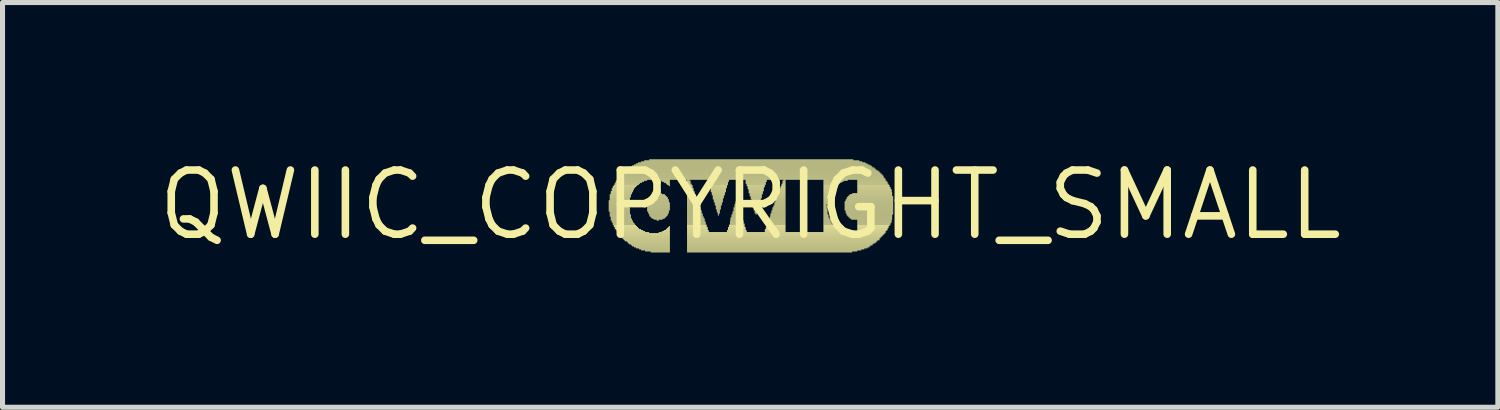
<source format=kicad_pcb>
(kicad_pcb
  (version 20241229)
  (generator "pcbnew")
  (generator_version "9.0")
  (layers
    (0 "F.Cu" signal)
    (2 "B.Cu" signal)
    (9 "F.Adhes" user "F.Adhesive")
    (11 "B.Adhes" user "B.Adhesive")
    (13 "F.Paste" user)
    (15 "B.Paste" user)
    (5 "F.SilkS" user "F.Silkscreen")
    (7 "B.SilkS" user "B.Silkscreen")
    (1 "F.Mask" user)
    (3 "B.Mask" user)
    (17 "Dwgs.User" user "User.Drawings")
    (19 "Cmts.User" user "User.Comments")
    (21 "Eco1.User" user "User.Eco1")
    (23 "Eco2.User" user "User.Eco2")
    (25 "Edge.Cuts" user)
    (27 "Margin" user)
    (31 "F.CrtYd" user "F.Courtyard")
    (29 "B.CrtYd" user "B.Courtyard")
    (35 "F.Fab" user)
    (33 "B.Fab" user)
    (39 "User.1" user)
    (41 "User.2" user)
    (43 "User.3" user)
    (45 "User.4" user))
  (footprint "QWIIC_COPYRIGHT_SMALL"
    (layer "F.Cu")
    (at 11.8 1.006)
    (property "Reference" "QWIIC_COPYRIGHT_SMALL" (at 0 0 0) (layer "F.SilkS") (effects (font (size 1.27 1.27) (thickness 0.15))))
    (fp_poly (pts (xy -2.8 -0.07) (xy -2.38 -0.07) (xy -2.38 -0.09) (xy -2.8 -0.09)) (stroke (width 0) (type solid)) (fill yes) (layer "F.SilkS"))
    (fp_poly (pts (xy -2.8 -0.05) (xy -2.38 -0.05) (xy -2.38 -0.07) (xy -2.8 -0.07)) (stroke (width 0) (type solid)) (fill yes) (layer "F.SilkS"))
    (fp_poly (pts (xy -2.8 -0.03) (xy -2.38 -0.03) (xy -2.38 -0.05) (xy -2.8 -0.05)) (stroke (width 0) (type solid)) (fill yes) (layer "F.SilkS"))
    (fp_poly (pts (xy -2.8 -0.01) (xy -2.38 -0.01) (xy -2.38 -0.03) (xy -2.8 -0.03)) (stroke (width 0) (type solid)) (fill yes) (layer "F.SilkS"))
    (fp_poly (pts (xy -2.8 0.01) (xy -2.38 0.01) (xy -2.38 -0.01) (xy -2.8 -0.01)) (stroke (width 0) (type solid)) (fill yes) (layer "F.SilkS"))
    (fp_poly (pts (xy -2.8 0.03) (xy -2.4 0.03) (xy -2.4 0.01) (xy -2.8 0.01)) (stroke (width 0) (type solid)) (fill yes) (layer "F.SilkS"))
    (fp_poly (pts (xy -2.8 0.05) (xy -2.4 0.05) (xy -2.4 0.03) (xy -2.8 0.03)) (stroke (width 0) (type solid)) (fill yes) (layer "F.SilkS"))
    (fp_poly (pts (xy -2.8 0.07) (xy -2.38 0.07) (xy -2.38 0.05) (xy -2.8 0.05)) (stroke (width 0) (type solid)) (fill yes) (layer "F.SilkS"))
    (fp_poly (pts (xy -2.8 0.09) (xy -2.38 0.09) (xy -2.38 0.07) (xy -2.8 0.07)) (stroke (width 0) (type solid)) (fill yes) (layer "F.SilkS"))
    (fp_poly (pts (xy -2.8 0.11) (xy -2.38 0.11) (xy -2.38 0.09) (xy -2.8 0.09)) (stroke (width 0) (type solid)) (fill yes) (layer "F.SilkS"))
    (fp_poly (pts (xy -2.8 0.13) (xy -2.38 0.13) (xy -2.38 0.11) (xy -2.8 0.11)) (stroke (width 0) (type solid)) (fill yes) (layer "F.SilkS"))
    (fp_poly (pts (xy -2.78 -0.19) (xy -2.36 -0.19) (xy -2.36 -0.21) (xy -2.78 -0.21)) (stroke (width 0) (type solid)) (fill yes) (layer "F.SilkS"))
    (fp_poly (pts (xy -2.78 -0.17) (xy -2.36 -0.17) (xy -2.36 -0.19) (xy -2.78 -0.19)) (stroke (width 0) (type solid)) (fill yes) (layer "F.SilkS"))
    (fp_poly (pts (xy -2.78 -0.15) (xy -2.36 -0.15) (xy -2.36 -0.17) (xy -2.78 -0.17)) (stroke (width 0) (type solid)) (fill yes) (layer "F.SilkS"))
    (fp_poly (pts (xy -2.78 -0.13) (xy -2.38 -0.13) (xy -2.38 -0.15) (xy -2.78 -0.15)) (stroke (width 0) (type solid)) (fill yes) (layer "F.SilkS"))
    (fp_poly (pts (xy -2.78 -0.11) (xy -2.38 -0.11) (xy -2.38 -0.13) (xy -2.78 -0.13)) (stroke (width 0) (type solid)) (fill yes) (layer "F.SilkS"))
    (fp_poly (pts (xy -2.78 -0.09) (xy -2.38 -0.09) (xy -2.38 -0.11) (xy -2.78 -0.11)) (stroke (width 0) (type solid)) (fill yes) (layer "F.SilkS"))
    (fp_poly (pts (xy -2.78 0.15) (xy -2.38 0.15) (xy -2.38 0.13) (xy -2.78 0.13)) (stroke (width 0) (type solid)) (fill yes) (layer "F.SilkS"))
    (fp_poly (pts (xy -2.78 0.17) (xy -2.38 0.17) (xy -2.38 0.15) (xy -2.78 0.15)) (stroke (width 0) (type solid)) (fill yes) (layer "F.SilkS"))
    (fp_poly (pts (xy -2.78 0.19) (xy -2.38 0.19) (xy -2.38 0.17) (xy -2.78 0.17)) (stroke (width 0) (type solid)) (fill yes) (layer "F.SilkS"))
    (fp_poly (pts (xy -2.78 0.21) (xy -2.36 0.21) (xy -2.36 0.19) (xy -2.78 0.19)) (stroke (width 0) (type solid)) (fill yes) (layer "F.SilkS"))
    (fp_poly (pts (xy -2.78 0.23) (xy -2.36 0.23) (xy -2.36 0.21) (xy -2.78 0.21)) (stroke (width 0) (type solid)) (fill yes) (layer "F.SilkS"))
    (fp_poly (pts (xy -2.76 -0.25) (xy -2.32 -0.25) (xy -2.32 -0.27) (xy -2.76 -0.27)) (stroke (width 0) (type solid)) (fill yes) (layer "F.SilkS"))
    (fp_poly (pts (xy -2.76 -0.23) (xy -2.34 -0.23) (xy -2.34 -0.25) (xy -2.76 -0.25)) (stroke (width 0) (type solid)) (fill yes) (layer "F.SilkS"))
    (fp_poly (pts (xy -2.76 -0.21) (xy -2.34 -0.21) (xy -2.34 -0.23) (xy -2.76 -0.23)) (stroke (width 0) (type solid)) (fill yes) (layer "F.SilkS"))
    (fp_poly (pts (xy -2.76 0.25) (xy -2.36 0.25) (xy -2.36 0.23) (xy -2.76 0.23)) (stroke (width 0) (type solid)) (fill yes) (layer "F.SilkS"))
    (fp_poly (pts (xy -2.76 0.27) (xy -2.36 0.27) (xy -2.36 0.25) (xy -2.76 0.25)) (stroke (width 0) (type solid)) (fill yes) (layer "F.SilkS"))
    (fp_poly (pts (xy -2.76 0.29) (xy -2.34 0.29) (xy -2.34 0.27) (xy -2.76 0.27)) (stroke (width 0) (type solid)) (fill yes) (layer "F.SilkS"))
    (fp_poly (pts (xy -2.76 0.31) (xy -2.34 0.31) (xy -2.34 0.29) (xy -2.76 0.29)) (stroke (width 0) (type solid)) (fill yes) (layer "F.SilkS"))
    (fp_poly (pts (xy -2.74 -0.31) (xy -2.3 -0.31) (xy -2.3 -0.33) (xy -2.74 -0.33)) (stroke (width 0) (type solid)) (fill yes) (layer "F.SilkS"))
    (fp_poly (pts (xy -2.74 -0.29) (xy -2.3 -0.29) (xy -2.3 -0.31) (xy -2.74 -0.31)) (stroke (width 0) (type solid)) (fill yes) (layer "F.SilkS"))
    (fp_poly (pts (xy -2.74 -0.27) (xy -2.32 -0.27) (xy -2.32 -0.29) (xy -2.74 -0.29)) (stroke (width 0) (type solid)) (fill yes) (layer "F.SilkS"))
    (fp_poly (pts (xy -2.74 0.33) (xy -2.32 0.33) (xy -2.32 0.31) (xy -2.74 0.31)) (stroke (width 0) (type solid)) (fill yes) (layer "F.SilkS"))
    (fp_poly (pts (xy -2.74 0.35) (xy -2.32 0.35) (xy -2.32 0.33) (xy -2.74 0.33)) (stroke (width 0) (type solid)) (fill yes) (layer "F.SilkS"))
    (fp_poly (pts (xy -2.72 -0.35) (xy -2.26 -0.35) (xy -2.26 -0.37) (xy -2.72 -0.37)) (stroke (width 0) (type solid)) (fill yes) (layer "F.SilkS"))
    (fp_poly (pts (xy -2.72 -0.33) (xy -2.28 -0.33) (xy -2.28 -0.35) (xy -2.72 -0.35)) (stroke (width 0) (type solid)) (fill yes) (layer "F.SilkS"))
    (fp_poly (pts (xy -2.72 0.37) (xy -2.3 0.37) (xy -2.3 0.35) (xy -2.72 0.35)) (stroke (width 0) (type solid)) (fill yes) (layer "F.SilkS"))
    (fp_poly (pts (xy -2.72 0.39) (xy -2.28 0.39) (xy -2.28 0.37) (xy -2.72 0.37)) (stroke (width 0) (type solid)) (fill yes) (layer "F.SilkS"))
    (fp_poly (pts (xy -2.72 0.4) (xy -2.28 0.4) (xy -2.28 0.39) (xy -2.72 0.39)) (stroke (width 0) (type solid)) (fill yes) (layer "F.SilkS"))
    (fp_poly (pts (xy -2.7 -0.39) (xy -2.22 -0.39) (xy -2.22 -0.4) (xy -2.7 -0.4)) (stroke (width 0) (type solid)) (fill yes) (layer "F.SilkS"))
    (fp_poly (pts (xy -2.7 -0.37) (xy -2.24 -0.37) (xy -2.24 -0.39) (xy -2.7 -0.39)) (stroke (width 0) (type solid)) (fill yes) (layer "F.SilkS"))
    (fp_poly (pts (xy -2.7 0.42) (xy -2.26 0.42) (xy -2.26 0.4) (xy -2.7 0.4)) (stroke (width 0) (type solid)) (fill yes) (layer "F.SilkS"))
    (fp_poly (pts (xy -2.7 0.44) (xy -2.24 0.44) (xy -2.24 0.42) (xy -2.7 0.42)) (stroke (width 0) (type solid)) (fill yes) (layer "F.SilkS"))
    (fp_poly (pts (xy -2.68 -0.42) (xy -2.18 -0.42) (xy -2.18 -0.44) (xy -2.68 -0.44)) (stroke (width 0) (type solid)) (fill yes) (layer "F.SilkS"))
    (fp_poly (pts (xy -2.68 -0.4) (xy -2.2 -0.4) (xy -2.2 -0.42) (xy -2.68 -0.42)) (stroke (width 0) (type solid)) (fill yes) (layer "F.SilkS"))
    (fp_poly (pts (xy -2.68 0.46) (xy -2.22 0.46) (xy -2.22 0.44) (xy -2.68 0.44)) (stroke (width 0) (type solid)) (fill yes) (layer "F.SilkS"))
    (fp_poly (pts (xy -2.68 0.48) (xy -2.2 0.48) (xy -2.2 0.46) (xy -2.68 0.46)) (stroke (width 0) (type solid)) (fill yes) (layer "F.SilkS"))
    (fp_poly (pts (xy -2.66 -0.46) (xy -2.1 -0.46) (xy -2.1 -0.48) (xy -2.66 -0.48)) (stroke (width 0) (type solid)) (fill yes) (layer "F.SilkS"))
    (fp_poly (pts (xy -2.66 -0.44) (xy -2.14 -0.44) (xy -2.14 -0.46) (xy -2.66 -0.46)) (stroke (width 0) (type solid)) (fill yes) (layer "F.SilkS"))
    (fp_poly (pts (xy -2.66 0.5) (xy -2.16 0.5) (xy -2.16 0.48) (xy -2.66 0.48)) (stroke (width 0) (type solid)) (fill yes) (layer "F.SilkS"))
    (fp_poly (pts (xy -2.64 -0.48) (xy -2.04 -0.48) (xy -2.04 -0.5) (xy -2.64 -0.5)) (stroke (width 0) (type solid)) (fill yes) (layer "F.SilkS"))
    (fp_poly (pts (xy -2.64 0.52) (xy -2.12 0.52) (xy -2.12 0.5) (xy -2.64 0.5)) (stroke (width 0) (type solid)) (fill yes) (layer "F.SilkS"))
    (fp_poly (pts (xy -2.64 0.54) (xy -2.08 0.54) (xy -2.08 0.52) (xy -2.64 0.52)) (stroke (width 0) (type solid)) (fill yes) (layer "F.SilkS"))
    (fp_poly (pts (xy -2.62 -0.5) (xy 2.68 -0.5) (xy 2.68 -0.52) (xy -2.62 -0.52)) (stroke (width 0) (type solid)) (fill yes) (layer "F.SilkS"))
    (fp_poly (pts (xy -2.62 0.56) (xy -2 0.56) (xy -2 0.54) (xy -2.62 0.54)) (stroke (width 0) (type solid)) (fill yes) (layer "F.SilkS"))
    (fp_poly (pts (xy -2.6 -0.54) (xy 2.64 -0.54) (xy 2.64 -0.56) (xy -2.6 -0.56)) (stroke (width 0) (type solid)) (fill yes) (layer "F.SilkS"))
    (fp_poly (pts (xy -2.6 -0.52) (xy 2.66 -0.52) (xy 2.66 -0.54) (xy -2.6 -0.54)) (stroke (width 0) (type solid)) (fill yes) (layer "F.SilkS"))
    (fp_poly (pts (xy -2.6 0.58) (xy -1.59 0.58) (xy -1.59 0.56) (xy -2.6 0.56)) (stroke (width 0) (type solid)) (fill yes) (layer "F.SilkS"))
    (fp_poly (pts (xy -2.58 -0.56) (xy 2.64 -0.56) (xy 2.64 -0.58) (xy -2.58 -0.58)) (stroke (width 0) (type solid)) (fill yes) (layer "F.SilkS"))
    (fp_poly (pts (xy -2.58 0.6) (xy -1.59 0.6) (xy -1.59 0.58) (xy -2.58 0.58)) (stroke (width 0) (type solid)) (fill yes) (layer "F.SilkS"))
    (fp_poly (pts (xy -2.58 0.62) (xy -1.59 0.62) (xy -1.59 0.6) (xy -2.58 0.6)) (stroke (width 0) (type solid)) (fill yes) (layer "F.SilkS"))
    (fp_poly (pts (xy -2.56 -0.58) (xy 2.62 -0.58) (xy 2.62 -0.6) (xy -2.56 -0.6)) (stroke (width 0) (type solid)) (fill yes) (layer "F.SilkS"))
    (fp_poly (pts (xy -2.56 0.64) (xy -1.59 0.64) (xy -1.59 0.62) (xy -2.56 0.62)) (stroke (width 0) (type solid)) (fill yes) (layer "F.SilkS"))
    (fp_poly (pts (xy -2.54 -0.6) (xy 2.6 -0.6) (xy 2.6 -0.62) (xy -2.54 -0.62)) (stroke (width 0) (type solid)) (fill yes) (layer "F.SilkS"))
    (fp_poly (pts (xy -2.54 0.66) (xy -1.59 0.66) (xy -1.59 0.64) (xy -2.54 0.64)) (stroke (width 0) (type solid)) (fill yes) (layer "F.SilkS"))
    (fp_poly (pts (xy -2.52 -0.62) (xy 2.58 -0.62) (xy 2.58 -0.64) (xy -2.52 -0.64)) (stroke (width 0) (type solid)) (fill yes) (layer "F.SilkS"))
    (fp_poly (pts (xy -2.52 0.68) (xy -1.59 0.68) (xy -1.59 0.66) (xy -2.52 0.66)) (stroke (width 0) (type solid)) (fill yes) (layer "F.SilkS"))
    (fp_poly (pts (xy -2.5 -0.64) (xy 2.56 -0.64) (xy 2.56 -0.66) (xy -2.5 -0.66)) (stroke (width 0) (type solid)) (fill yes) (layer "F.SilkS"))
    (fp_poly (pts (xy -2.5 0.7) (xy -1.59 0.7) (xy -1.59 0.68) (xy -2.5 0.68)) (stroke (width 0) (type solid)) (fill yes) (layer "F.SilkS"))
    (fp_poly (pts (xy -2.48 -0.66) (xy 2.54 -0.66) (xy 2.54 -0.68) (xy -2.48 -0.68)) (stroke (width 0) (type solid)) (fill yes) (layer "F.SilkS"))
    (fp_poly (pts (xy -2.48 0.72) (xy -1.59 0.72) (xy -1.59 0.7) (xy -2.48 0.7)) (stroke (width 0) (type solid)) (fill yes) (layer "F.SilkS"))
    (fp_poly (pts (xy -2.46 -0.68) (xy 2.5 -0.68) (xy 2.5 -0.7) (xy -2.46 -0.7)) (stroke (width 0) (type solid)) (fill yes) (layer "F.SilkS"))
    (fp_poly (pts (xy -2.44 -0.7) (xy 2.48 -0.7) (xy 2.48 -0.72) (xy -2.44 -0.72)) (stroke (width 0) (type solid)) (fill yes) (layer "F.SilkS"))
    (fp_poly (pts (xy -2.44 0.74) (xy -1.59 0.74) (xy -1.59 0.72) (xy -2.44 0.72)) (stroke (width 0) (type solid)) (fill yes) (layer "F.SilkS"))
    (fp_poly (pts (xy -2.42 0.76) (xy -1.59 0.76) (xy -1.59 0.74) (xy -2.42 0.74)) (stroke (width 0) (type solid)) (fill yes) (layer "F.SilkS"))
    (fp_poly (pts (xy -2.4 -0.72) (xy 2.46 -0.72) (xy 2.46 -0.74) (xy -2.4 -0.74)) (stroke (width 0) (type solid)) (fill yes) (layer "F.SilkS"))
    (fp_poly (pts (xy -2.4 0.78) (xy -1.59 0.78) (xy -1.59 0.76) (xy -2.4 0.76)) (stroke (width 0) (type solid)) (fill yes) (layer "F.SilkS"))
    (fp_poly (pts (xy -2.38 -0.74) (xy 2.42 -0.74) (xy 2.42 -0.76) (xy -2.38 -0.76)) (stroke (width 0) (type solid)) (fill yes) (layer "F.SilkS"))
    (fp_poly (pts (xy -2.36 0.8) (xy -1.59 0.8) (xy -1.59 0.78) (xy -2.36 0.78)) (stroke (width 0) (type solid)) (fill yes) (layer "F.SilkS"))
    (fp_poly (pts (xy -2.34 -0.76) (xy 2.4 -0.76) (xy 2.4 -0.78) (xy -2.34 -0.78)) (stroke (width 0) (type solid)) (fill yes) (layer "F.SilkS"))
    (fp_poly (pts (xy -2.34 0.82) (xy -1.59 0.82) (xy -1.59 0.8) (xy -2.34 0.8)) (stroke (width 0) (type solid)) (fill yes) (layer "F.SilkS"))
    (fp_poly (pts (xy -2.3 -0.78) (xy 2.36 -0.78) (xy 2.36 -0.8) (xy -2.3 -0.8)) (stroke (width 0) (type solid)) (fill yes) (layer "F.SilkS"))
    (fp_poly (pts (xy -2.3 0.84) (xy -1.59 0.84) (xy -1.59 0.82) (xy -2.3 0.82)) (stroke (width 0) (type solid)) (fill yes) (layer "F.SilkS"))
    (fp_poly (pts (xy -2.26 -0.8) (xy 2.32 -0.8) (xy 2.32 -0.82) (xy -2.26 -0.82)) (stroke (width 0) (type solid)) (fill yes) (layer "F.SilkS"))
    (fp_poly (pts (xy -2.26 0.86) (xy -1.59 0.86) (xy -1.59 0.84) (xy -2.26 0.84)) (stroke (width 0) (type solid)) (fill yes) (layer "F.SilkS"))
    (fp_poly (pts (xy -2.22 -0.82) (xy 2.28 -0.82) (xy 2.28 -0.84) (xy -2.22 -0.84)) (stroke (width 0) (type solid)) (fill yes) (layer "F.SilkS"))
    (fp_poly (pts (xy -2.2 0.88) (xy -1.59 0.88) (xy -1.59 0.86) (xy -2.2 0.86)) (stroke (width 0) (type solid)) (fill yes) (layer "F.SilkS"))
    (fp_poly (pts (xy -2.16 -0.84) (xy 2.22 -0.84) (xy 2.22 -0.86) (xy -2.16 -0.86)) (stroke (width 0) (type solid)) (fill yes) (layer "F.SilkS"))
    (fp_poly (pts (xy -2.16 0.9) (xy -1.59 0.9) (xy -1.59 0.88) (xy -2.16 0.88)) (stroke (width 0) (type solid)) (fill yes) (layer "F.SilkS"))
    (fp_poly (pts (xy -2.1 -0.86) (xy 2.16 -0.86) (xy 2.16 -0.88) (xy -2.1 -0.88)) (stroke (width 0) (type solid)) (fill yes) (layer "F.SilkS"))
    (fp_poly (pts (xy -2.08 0.92) (xy -1.59 0.92) (xy -1.59 0.9) (xy -2.08 0.9)) (stroke (width 0) (type solid)) (fill yes) (layer "F.SilkS"))
    (fp_poly (pts (xy -2.04 -0.05) (xy -1.61 -0.05) (xy -1.61 -0.07) (xy -2.04 -0.07)) (stroke (width 0) (type solid)) (fill yes) (layer "F.SilkS"))
    (fp_poly (pts (xy -2.04 -0.03) (xy -1.59 -0.03) (xy -1.59 -0.05) (xy -2.04 -0.05)) (stroke (width 0) (type solid)) (fill yes) (layer "F.SilkS"))
    (fp_poly (pts (xy -2.04 -0.01) (xy -1.59 -0.01) (xy -1.59 -0.03) (xy -2.04 -0.03)) (stroke (width 0) (type solid)) (fill yes) (layer "F.SilkS"))
    (fp_poly (pts (xy -2.04 0.01) (xy -1.59 0.01) (xy -1.59 -0.01) (xy -2.04 -0.01)) (stroke (width 0) (type solid)) (fill yes) (layer "F.SilkS"))
    (fp_poly (pts (xy -2.04 0.03) (xy -1.59 0.03) (xy -1.59 0.01) (xy -2.04 0.01)) (stroke (width 0) (type solid)) (fill yes) (layer "F.SilkS"))
    (fp_poly (pts (xy -2.04 0.05) (xy -1.59 0.05) (xy -1.59 0.03) (xy -2.04 0.03)) (stroke (width 0) (type solid)) (fill yes) (layer "F.SilkS"))
    (fp_poly (pts (xy -2.04 0.07) (xy -1.59 0.07) (xy -1.59 0.05) (xy -2.04 0.05)) (stroke (width 0) (type solid)) (fill yes) (layer "F.SilkS"))
    (fp_poly (pts (xy -2.04 0.09) (xy -1.59 0.09) (xy -1.59 0.07) (xy -2.04 0.07)) (stroke (width 0) (type solid)) (fill yes) (layer "F.SilkS"))
    (fp_poly (pts (xy -2.04 0.11) (xy -1.59 0.11) (xy -1.59 0.09) (xy -2.04 0.09)) (stroke (width 0) (type solid)) (fill yes) (layer "F.SilkS"))
    (fp_poly (pts (xy -2.04 0.13) (xy -1.61 0.13) (xy -1.61 0.11) (xy -2.04 0.11)) (stroke (width 0) (type solid)) (fill yes) (layer "F.SilkS"))
    (fp_poly (pts (xy -2.02 -0.09) (xy -1.61 -0.09) (xy -1.61 -0.11) (xy -2.02 -0.11)) (stroke (width 0) (type solid)) (fill yes) (layer "F.SilkS"))
    (fp_poly (pts (xy -2.02 -0.07) (xy -1.61 -0.07) (xy -1.61 -0.09) (xy -2.02 -0.09)) (stroke (width 0) (type solid)) (fill yes) (layer "F.SilkS"))
    (fp_poly (pts (xy -2.02 0.15) (xy -1.61 0.15) (xy -1.61 0.13) (xy -2.02 0.13)) (stroke (width 0) (type solid)) (fill yes) (layer "F.SilkS"))
    (fp_poly (pts (xy -2.02 0.17) (xy -1.61 0.17) (xy -1.61 0.15) (xy -2.02 0.15)) (stroke (width 0) (type solid)) (fill yes) (layer "F.SilkS"))
    (fp_poly (pts (xy -2 -0.88) (xy 2.04 -0.88) (xy 2.04 -0.9) (xy -2 -0.9)) (stroke (width 0) (type solid)) (fill yes) (layer "F.SilkS"))
    (fp_poly (pts (xy -2 -0.13) (xy -1.63 -0.13) (xy -1.63 -0.15) (xy -2 -0.15)) (stroke (width 0) (type solid)) (fill yes) (layer "F.SilkS"))
    (fp_poly (pts (xy -2 -0.11) (xy -1.63 -0.11) (xy -1.63 -0.13) (xy -2 -0.13)) (stroke (width 0) (type solid)) (fill yes) (layer "F.SilkS"))
    (fp_poly (pts (xy -2 0.19) (xy -1.63 0.19) (xy -1.63 0.17) (xy -2 0.17)) (stroke (width 0) (type solid)) (fill yes) (layer "F.SilkS"))
    (fp_poly (pts (xy -2 0.21) (xy -1.63 0.21) (xy -1.63 0.19) (xy -2 0.19)) (stroke (width 0) (type solid)) (fill yes) (layer "F.SilkS"))
    (fp_poly (pts (xy -1.99 -0.15) (xy -1.65 -0.15) (xy -1.65 -0.17) (xy -1.99 -0.17)) (stroke (width 0) (type solid)) (fill yes) (layer "F.SilkS"))
    (fp_poly (pts (xy -1.99 0.23) (xy -1.65 0.23) (xy -1.65 0.21) (xy -1.99 0.21)) (stroke (width 0) (type solid)) (fill yes) (layer "F.SilkS"))
    (fp_poly (pts (xy -1.97 -0.17) (xy -1.67 -0.17) (xy -1.67 -0.19) (xy -1.97 -0.19)) (stroke (width 0) (type solid)) (fill yes) (layer "F.SilkS"))
    (fp_poly (pts (xy -1.97 0.25) (xy -1.67 0.25) (xy -1.67 0.23) (xy -1.97 0.23)) (stroke (width 0) (type solid)) (fill yes) (layer "F.SilkS"))
    (fp_poly (pts (xy -1.97 0.94) (xy -1.59 0.94) (xy -1.59 0.92) (xy -1.97 0.92)) (stroke (width 0) (type solid)) (fill yes) (layer "F.SilkS"))
    (fp_poly (pts (xy -1.95 -0.19) (xy -1.69 -0.19) (xy -1.69 -0.21) (xy -1.95 -0.21)) (stroke (width 0) (type solid)) (fill yes) (layer "F.SilkS"))
    (fp_poly (pts (xy -1.95 0.27) (xy -1.69 0.27) (xy -1.69 0.25) (xy -1.95 0.25)) (stroke (width 0) (type solid)) (fill yes) (layer "F.SilkS"))
    (fp_poly (pts (xy -1.91 -0.21) (xy -1.75 -0.21) (xy -1.75 -0.23) (xy -1.91 -0.23)) (stroke (width 0) (type solid)) (fill yes) (layer "F.SilkS"))
    (fp_poly (pts (xy -1.91 0.29) (xy -1.73 0.29) (xy -1.73 0.27) (xy -1.91 0.27)) (stroke (width 0) (type solid)) (fill yes) (layer "F.SilkS"))
    (fp_poly (pts (xy -1.85 0.31) (xy -1.81 0.31) (xy -1.81 0.29) (xy -1.85 0.29)) (stroke (width 0) (type solid)) (fill yes) (layer "F.SilkS"))
    (fp_poly (pts (xy -1.81 0.56) (xy -1.59 0.56) (xy -1.59 0.54) (xy -1.81 0.54)) (stroke (width 0) (type solid)) (fill yes) (layer "F.SilkS"))
    (fp_poly (pts (xy -1.79 -0.48) (xy -1.59 -0.48) (xy -1.59 -0.5) (xy -1.79 -0.5)) (stroke (width 0) (type solid)) (fill yes) (layer "F.SilkS"))
    (fp_poly (pts (xy -1.75 -0.46) (xy -1.59 -0.46) (xy -1.59 -0.48) (xy -1.75 -0.48)) (stroke (width 0) (type solid)) (fill yes) (layer "F.SilkS"))
    (fp_poly (pts (xy -1.75 0.54) (xy -1.59 0.54) (xy -1.59 0.52) (xy -1.75 0.52)) (stroke (width 0) (type solid)) (fill yes) (layer "F.SilkS"))
    (fp_poly (pts (xy -1.71 -0.44) (xy -1.59 -0.44) (xy -1.59 -0.46) (xy -1.71 -0.46)) (stroke (width 0) (type solid)) (fill yes) (layer "F.SilkS"))
    (fp_poly (pts (xy -1.71 0.52) (xy -1.59 0.52) (xy -1.59 0.5) (xy -1.71 0.5)) (stroke (width 0) (type solid)) (fill yes) (layer "F.SilkS"))
    (fp_poly (pts (xy -1.67 -0.42) (xy -1.59 -0.42) (xy -1.59 -0.44) (xy -1.67 -0.44)) (stroke (width 0) (type solid)) (fill yes) (layer "F.SilkS"))
    (fp_poly (pts (xy -1.67 0.5) (xy -1.59 0.5) (xy -1.59 0.48) (xy -1.67 0.48)) (stroke (width 0) (type solid)) (fill yes) (layer "F.SilkS"))
    (fp_poly (pts (xy -1.65 -0.4) (xy -1.59 -0.4) (xy -1.59 -0.42) (xy -1.65 -0.42)) (stroke (width 0) (type solid)) (fill yes) (layer "F.SilkS"))
    (fp_poly (pts (xy -1.65 0.48) (xy -1.59 0.48) (xy -1.59 0.46) (xy -1.65 0.46)) (stroke (width 0) (type solid)) (fill yes) (layer "F.SilkS"))
    (fp_poly (pts (xy -1.63 -0.39) (xy -1.59 -0.39) (xy -1.59 -0.4) (xy -1.63 -0.4)) (stroke (width 0) (type solid)) (fill yes) (layer "F.SilkS"))
    (fp_poly (pts (xy -1.63 0.46) (xy -1.59 0.46) (xy -1.59 0.44) (xy -1.63 0.44)) (stroke (width 0) (type solid)) (fill yes) (layer "F.SilkS"))
    (fp_poly (pts (xy -1.61 -0.37) (xy -1.59 -0.37) (xy -1.59 -0.39) (xy -1.61 -0.39)) (stroke (width 0) (type solid)) (fill yes) (layer "F.SilkS"))
    (fp_poly (pts (xy -1.61 0.44) (xy -1.59 0.44) (xy -1.59 0.42) (xy -1.61 0.42)) (stroke (width 0) (type solid)) (fill yes) (layer "F.SilkS"))
    (fp_poly (pts (xy -1.25 -0.48) (xy -1.2 -0.48) (xy -1.2 -0.5) (xy -1.25 -0.5)) (stroke (width 0) (type solid)) (fill yes) (layer "F.SilkS"))
    (fp_poly (pts (xy -1.25 -0.46) (xy -1.18 -0.46) (xy -1.18 -0.48) (xy -1.25 -0.48)) (stroke (width 0) (type solid)) (fill yes) (layer "F.SilkS"))
    (fp_poly (pts (xy -1.25 -0.44) (xy -1.18 -0.44) (xy -1.18 -0.46) (xy -1.25 -0.46)) (stroke (width 0) (type solid)) (fill yes) (layer "F.SilkS"))
    (fp_poly (pts (xy -1.25 -0.42) (xy -1.18 -0.42) (xy -1.18 -0.44) (xy -1.25 -0.44)) (stroke (width 0) (type solid)) (fill yes) (layer "F.SilkS"))
    (fp_poly (pts (xy -1.25 -0.4) (xy -1.16 -0.4) (xy -1.16 -0.42) (xy -1.25 -0.42)) (stroke (width 0) (type solid)) (fill yes) (layer "F.SilkS"))
    (fp_poly (pts (xy -1.25 -0.39) (xy -1.16 -0.39) (xy -1.16 -0.4) (xy -1.25 -0.4)) (stroke (width 0) (type solid)) (fill yes) (layer "F.SilkS"))
    (fp_poly (pts (xy -1.25 -0.37) (xy -1.14 -0.37) (xy -1.14 -0.39) (xy -1.25 -0.39)) (stroke (width 0) (type solid)) (fill yes) (layer "F.SilkS"))
    (fp_poly (pts (xy -1.25 -0.35) (xy -1.14 -0.35) (xy -1.14 -0.37) (xy -1.25 -0.37)) (stroke (width 0) (type solid)) (fill yes) (layer "F.SilkS"))
    (fp_poly (pts (xy -1.25 -0.33) (xy -1.14 -0.33) (xy -1.14 -0.35) (xy -1.25 -0.35)) (stroke (width 0) (type solid)) (fill yes) (layer "F.SilkS"))
    (fp_poly (pts (xy -1.25 -0.31) (xy -1.12 -0.31) (xy -1.12 -0.33) (xy -1.25 -0.33)) (stroke (width 0) (type solid)) (fill yes) (layer "F.SilkS"))
    (fp_poly (pts (xy -1.25 -0.29) (xy -1.12 -0.29) (xy -1.12 -0.31) (xy -1.25 -0.31)) (stroke (width 0) (type solid)) (fill yes) (layer "F.SilkS"))
    (fp_poly (pts (xy -1.25 -0.27) (xy -1.12 -0.27) (xy -1.12 -0.29) (xy -1.25 -0.29)) (stroke (width 0) (type solid)) (fill yes) (layer "F.SilkS"))
    (fp_poly (pts (xy -1.25 -0.25) (xy -1.1 -0.25) (xy -1.1 -0.27) (xy -1.25 -0.27)) (stroke (width 0) (type solid)) (fill yes) (layer "F.SilkS"))
    (fp_poly (pts (xy -1.25 -0.23) (xy -1.1 -0.23) (xy -1.1 -0.25) (xy -1.25 -0.25)) (stroke (width 0) (type solid)) (fill yes) (layer "F.SilkS"))
    (fp_poly (pts (xy -1.25 -0.21) (xy -1.1 -0.21) (xy -1.1 -0.23) (xy -1.25 -0.23)) (stroke (width 0) (type solid)) (fill yes) (layer "F.SilkS"))
    (fp_poly (pts (xy -1.25 -0.19) (xy -1.08 -0.19) (xy -1.08 -0.21) (xy -1.25 -0.21)) (stroke (width 0) (type solid)) (fill yes) (layer "F.SilkS"))
    (fp_poly (pts (xy -1.25 -0.17) (xy -1.08 -0.17) (xy -1.08 -0.19) (xy -1.25 -0.19)) (stroke (width 0) (type solid)) (fill yes) (layer "F.SilkS"))
    (fp_poly (pts (xy -1.25 -0.15) (xy -1.08 -0.15) (xy -1.08 -0.17) (xy -1.25 -0.17)) (stroke (width 0) (type solid)) (fill yes) (layer "F.SilkS"))
    (fp_poly (pts (xy -1.25 -0.13) (xy -1.06 -0.13) (xy -1.06 -0.15) (xy -1.25 -0.15)) (stroke (width 0) (type solid)) (fill yes) (layer "F.SilkS"))
    (fp_poly (pts (xy -1.25 -0.11) (xy -1.06 -0.11) (xy -1.06 -0.13) (xy -1.25 -0.13)) (stroke (width 0) (type solid)) (fill yes) (layer "F.SilkS"))
    (fp_poly (pts (xy -1.25 -0.09) (xy -1.04 -0.09) (xy -1.04 -0.11) (xy -1.25 -0.11)) (stroke (width 0) (type solid)) (fill yes) (layer "F.SilkS"))
    (fp_poly (pts (xy -1.25 -0.07) (xy -1.04 -0.07) (xy -1.04 -0.09) (xy -1.25 -0.09)) (stroke (width 0) (type solid)) (fill yes) (layer "F.SilkS"))
    (fp_poly (pts (xy -1.25 -0.05) (xy -1.04 -0.05) (xy -1.04 -0.07) (xy -1.25 -0.07)) (stroke (width 0) (type solid)) (fill yes) (layer "F.SilkS"))
    (fp_poly (pts (xy -1.25 -0.03) (xy -1.02 -0.03) (xy -1.02 -0.05) (xy -1.25 -0.05)) (stroke (width 0) (type solid)) (fill yes) (layer "F.SilkS"))
    (fp_poly (pts (xy -1.25 -0.01) (xy -1.02 -0.01) (xy -1.02 -0.03) (xy -1.25 -0.03)) (stroke (width 0) (type solid)) (fill yes) (layer "F.SilkS"))
    (fp_poly (pts (xy -1.25 0.01) (xy -1.02 0.01) (xy -1.02 -0.01) (xy -1.25 -0.01)) (stroke (width 0) (type solid)) (fill yes) (layer "F.SilkS"))
    (fp_poly (pts (xy -1.25 0.03) (xy -1 0.03) (xy -1 0.01) (xy -1.25 0.01)) (stroke (width 0) (type solid)) (fill yes) (layer "F.SilkS"))
    (fp_poly (pts (xy -1.25 0.05) (xy -1 0.05) (xy -1 0.03) (xy -1.25 0.03)) (stroke (width 0) (type solid)) (fill yes) (layer "F.SilkS"))
    (fp_poly (pts (xy -1.25 0.07) (xy -0.98 0.07) (xy -0.98 0.05) (xy -1.25 0.05)) (stroke (width 0) (type solid)) (fill yes) (layer "F.SilkS"))
    (fp_poly (pts (xy -1.25 0.09) (xy -0.98 0.09) (xy -0.98 0.07) (xy -1.25 0.07)) (stroke (width 0) (type solid)) (fill yes) (layer "F.SilkS"))
    (fp_poly (pts (xy -1.25 0.11) (xy -0.98 0.11) (xy -0.98 0.09) (xy -1.25 0.09)) (stroke (width 0) (type solid)) (fill yes) (layer "F.SilkS"))
    (fp_poly (pts (xy -1.25 0.13) (xy -0.96 0.13) (xy -0.96 0.11) (xy -1.25 0.11)) (stroke (width 0) (type solid)) (fill yes) (layer "F.SilkS"))
    (fp_poly (pts (xy -1.25 0.15) (xy -0.96 0.15) (xy -0.96 0.13) (xy -1.25 0.13)) (stroke (width 0) (type solid)) (fill yes) (layer "F.SilkS"))
    (fp_poly (pts (xy -1.25 0.17) (xy -0.96 0.17) (xy -0.96 0.15) (xy -1.25 0.15)) (stroke (width 0) (type solid)) (fill yes) (layer "F.SilkS"))
    (fp_poly (pts (xy -1.25 0.19) (xy -0.94 0.19) (xy -0.94 0.17) (xy -1.25 0.17)) (stroke (width 0) (type solid)) (fill yes) (layer "F.SilkS"))
    (fp_poly (pts (xy -1.25 0.21) (xy -0.94 0.21) (xy -0.94 0.19) (xy -1.25 0.19)) (stroke (width 0) (type solid)) (fill yes) (layer "F.SilkS"))
    (fp_poly (pts (xy -1.25 0.23) (xy -0.94 0.23) (xy -0.94 0.21) (xy -1.25 0.21)) (stroke (width 0) (type solid)) (fill yes) (layer "F.SilkS"))
    (fp_poly (pts (xy -1.25 0.25) (xy -0.92 0.25) (xy -0.92 0.23) (xy -1.25 0.23)) (stroke (width 0) (type solid)) (fill yes) (layer "F.SilkS"))
    (fp_poly (pts (xy -1.25 0.27) (xy -0.92 0.27) (xy -0.92 0.25) (xy -1.25 0.25)) (stroke (width 0) (type solid)) (fill yes) (layer "F.SilkS"))
    (fp_poly (pts (xy -1.25 0.29) (xy -0.9 0.29) (xy -0.9 0.27) (xy -1.25 0.27)) (stroke (width 0) (type solid)) (fill yes) (layer "F.SilkS"))
    (fp_poly (pts (xy -1.25 0.31) (xy -0.9 0.31) (xy -0.9 0.29) (xy -1.25 0.29)) (stroke (width 0) (type solid)) (fill yes) (layer "F.SilkS"))
    (fp_poly (pts (xy -1.25 0.33) (xy -0.9 0.33) (xy -0.9 0.31) (xy -1.25 0.31)) (stroke (width 0) (type solid)) (fill yes) (layer "F.SilkS"))
    (fp_poly (pts (xy -1.25 0.35) (xy -0.88 0.35) (xy -0.88 0.33) (xy -1.25 0.33)) (stroke (width 0) (type solid)) (fill yes) (layer "F.SilkS"))
    (fp_poly (pts (xy -1.25 0.37) (xy -0.88 0.37) (xy -0.88 0.35) (xy -1.25 0.35)) (stroke (width 0) (type solid)) (fill yes) (layer "F.SilkS"))
    (fp_poly (pts (xy -1.25 0.39) (xy -0.88 0.39) (xy -0.88 0.37) (xy -1.25 0.37)) (stroke (width 0) (type solid)) (fill yes) (layer "F.SilkS"))
    (fp_poly (pts (xy -1.25 0.4) (xy -0.86 0.4) (xy -0.86 0.39) (xy -1.25 0.39)) (stroke (width 0) (type solid)) (fill yes) (layer "F.SilkS"))
    (fp_poly (pts (xy -1.25 0.42) (xy -0.86 0.42) (xy -0.86 0.4) (xy -1.25 0.4)) (stroke (width 0) (type solid)) (fill yes) (layer "F.SilkS"))
    (fp_poly (pts (xy -1.25 0.44) (xy -0.86 0.44) (xy -0.86 0.42) (xy -1.25 0.42)) (stroke (width 0) (type solid)) (fill yes) (layer "F.SilkS"))
    (fp_poly (pts (xy -1.25 0.46) (xy -0.84 0.46) (xy -0.84 0.44) (xy -1.25 0.44)) (stroke (width 0) (type solid)) (fill yes) (layer "F.SilkS"))
    (fp_poly (pts (xy -1.25 0.48) (xy -0.84 0.48) (xy -0.84 0.46) (xy -1.25 0.46)) (stroke (width 0) (type solid)) (fill yes) (layer "F.SilkS"))
    (fp_poly (pts (xy -1.25 0.5) (xy -0.84 0.5) (xy -0.84 0.48) (xy -1.25 0.48)) (stroke (width 0) (type solid)) (fill yes) (layer "F.SilkS"))
    (fp_poly (pts (xy -1.25 0.52) (xy -0.82 0.52) (xy -0.82 0.5) (xy -1.25 0.5)) (stroke (width 0) (type solid)) (fill yes) (layer "F.SilkS"))
    (fp_poly (pts (xy -1.25 0.54) (xy -0.82 0.54) (xy -0.82 0.52) (xy -1.25 0.52)) (stroke (width 0) (type solid)) (fill yes) (layer "F.SilkS"))
    (fp_poly (pts (xy -1.25 0.56) (xy 1.97 0.56) (xy 1.97 0.54) (xy -1.25 0.54)) (stroke (width 0) (type solid)) (fill yes) (layer "F.SilkS"))
    (fp_poly (pts (xy -1.25 0.58) (xy 2.66 0.58) (xy 2.66 0.56) (xy -1.25 0.56)) (stroke (width 0) (type solid)) (fill yes) (layer "F.SilkS"))
    (fp_poly (pts (xy -1.25 0.6) (xy 2.64 0.6) (xy 2.64 0.58) (xy -1.25 0.58)) (stroke (width 0) (type solid)) (fill yes) (layer "F.SilkS"))
    (fp_poly (pts (xy -1.25 0.62) (xy 2.62 0.62) (xy 2.62 0.6) (xy -1.25 0.6)) (stroke (width 0) (type solid)) (fill yes) (layer "F.SilkS"))
    (fp_poly (pts (xy -1.25 0.64) (xy 2.6 0.64) (xy 2.6 0.62) (xy -1.25 0.62)) (stroke (width 0) (type solid)) (fill yes) (layer "F.SilkS"))
    (fp_poly (pts (xy -1.25 0.66) (xy 2.58 0.66) (xy 2.58 0.64) (xy -1.25 0.64)) (stroke (width 0) (type solid)) (fill yes) (layer "F.SilkS"))
    (fp_poly (pts (xy -1.25 0.68) (xy 2.56 0.68) (xy 2.56 0.66) (xy -1.25 0.66)) (stroke (width 0) (type solid)) (fill yes) (layer "F.SilkS"))
    (fp_poly (pts (xy -1.25 0.7) (xy 2.56 0.7) (xy 2.56 0.68) (xy -1.25 0.68)) (stroke (width 0) (type solid)) (fill yes) (layer "F.SilkS"))
    (fp_poly (pts (xy -1.25 0.72) (xy 2.52 0.72) (xy 2.52 0.7) (xy -1.25 0.7)) (stroke (width 0) (type solid)) (fill yes) (layer "F.SilkS"))
    (fp_poly (pts (xy -1.25 0.74) (xy 2.5 0.74) (xy 2.5 0.72) (xy -1.25 0.72)) (stroke (width 0) (type solid)) (fill yes) (layer "F.SilkS"))
    (fp_poly (pts (xy -1.25 0.76) (xy 2.48 0.76) (xy 2.48 0.74) (xy -1.25 0.74)) (stroke (width 0) (type solid)) (fill yes) (layer "F.SilkS"))
    (fp_poly (pts (xy -1.25 0.78) (xy 2.44 0.78) (xy 2.44 0.76) (xy -1.25 0.76)) (stroke (width 0) (type solid)) (fill yes) (layer "F.SilkS"))
    (fp_poly (pts (xy -1.25 0.8) (xy 2.42 0.8) (xy 2.42 0.78) (xy -1.25 0.78)) (stroke (width 0) (type solid)) (fill yes) (layer "F.SilkS"))
    (fp_poly (pts (xy -1.25 0.82) (xy 2.38 0.82) (xy 2.38 0.8) (xy -1.25 0.8)) (stroke (width 0) (type solid)) (fill yes) (layer "F.SilkS"))
    (fp_poly (pts (xy -1.25 0.84) (xy 2.36 0.84) (xy 2.36 0.82) (xy -1.25 0.82)) (stroke (width 0) (type solid)) (fill yes) (layer "F.SilkS"))
    (fp_poly (pts (xy -1.25 0.86) (xy 2.32 0.86) (xy 2.32 0.84) (xy -1.25 0.84)) (stroke (width 0) (type solid)) (fill yes) (layer "F.SilkS"))
    (fp_poly (pts (xy -1.25 0.88) (xy 2.26 0.88) (xy 2.26 0.86) (xy -1.25 0.86)) (stroke (width 0) (type solid)) (fill yes) (layer "F.SilkS"))
    (fp_poly (pts (xy -1.25 0.9) (xy 2.2 0.9) (xy 2.2 0.88) (xy -1.25 0.88)) (stroke (width 0) (type solid)) (fill yes) (layer "F.SilkS"))
    (fp_poly (pts (xy -1.25 0.92) (xy 2.12 0.92) (xy 2.12 0.9) (xy -1.25 0.9)) (stroke (width 0) (type solid)) (fill yes) (layer "F.SilkS"))
    (fp_poly (pts (xy -1.25 0.94) (xy 2.02 0.94) (xy 2.02 0.92) (xy -1.25 0.92)) (stroke (width 0) (type solid)) (fill yes) (layer "F.SilkS"))
    (fp_poly (pts (xy -0.84 -0.48) (xy -0.42 -0.48) (xy -0.42 -0.5) (xy -0.84 -0.5)) (stroke (width 0) (type solid)) (fill yes) (layer "F.SilkS"))
    (fp_poly (pts (xy -0.84 -0.46) (xy -0.42 -0.46) (xy -0.42 -0.48) (xy -0.84 -0.48)) (stroke (width 0) (type solid)) (fill yes) (layer "F.SilkS"))
    (fp_poly (pts (xy -0.82 -0.44) (xy -0.44 -0.44) (xy -0.44 -0.46) (xy -0.82 -0.46)) (stroke (width 0) (type solid)) (fill yes) (layer "F.SilkS"))
    (fp_poly (pts (xy -0.82 -0.42) (xy -0.44 -0.42) (xy -0.44 -0.44) (xy -0.82 -0.44)) (stroke (width 0) (type solid)) (fill yes) (layer "F.SilkS"))
    (fp_poly (pts (xy -0.82 -0.4) (xy -0.44 -0.4) (xy -0.44 -0.42) (xy -0.82 -0.42)) (stroke (width 0) (type solid)) (fill yes) (layer "F.SilkS"))
    (fp_poly (pts (xy -0.82 -0.39) (xy -0.44 -0.39) (xy -0.44 -0.4) (xy -0.82 -0.4)) (stroke (width 0) (type solid)) (fill yes) (layer "F.SilkS"))
    (fp_poly (pts (xy -0.8 -0.37) (xy -0.46 -0.37) (xy -0.46 -0.39) (xy -0.8 -0.39)) (stroke (width 0) (type solid)) (fill yes) (layer "F.SilkS"))
    (fp_poly (pts (xy -0.8 -0.35) (xy -0.46 -0.35) (xy -0.46 -0.37) (xy -0.8 -0.37)) (stroke (width 0) (type solid)) (fill yes) (layer "F.SilkS"))
    (fp_poly (pts (xy -0.8 -0.33) (xy -0.46 -0.33) (xy -0.46 -0.35) (xy -0.8 -0.35)) (stroke (width 0) (type solid)) (fill yes) (layer "F.SilkS"))
    (fp_poly (pts (xy -0.78 -0.31) (xy -0.48 -0.31) (xy -0.48 -0.33) (xy -0.78 -0.33)) (stroke (width 0) (type solid)) (fill yes) (layer "F.SilkS"))
    (fp_poly (pts (xy -0.78 -0.29) (xy -0.48 -0.29) (xy -0.48 -0.31) (xy -0.78 -0.31)) (stroke (width 0) (type solid)) (fill yes) (layer "F.SilkS"))
    (fp_poly (pts (xy -0.78 -0.27) (xy -0.48 -0.27) (xy -0.48 -0.29) (xy -0.78 -0.29)) (stroke (width 0) (type solid)) (fill yes) (layer "F.SilkS"))
    (fp_poly (pts (xy -0.78 -0.25) (xy -0.48 -0.25) (xy -0.48 -0.27) (xy -0.78 -0.27)) (stroke (width 0) (type solid)) (fill yes) (layer "F.SilkS"))
    (fp_poly (pts (xy -0.76 -0.23) (xy -0.5 -0.23) (xy -0.5 -0.25) (xy -0.76 -0.25)) (stroke (width 0) (type solid)) (fill yes) (layer "F.SilkS"))
    (fp_poly (pts (xy -0.76 -0.21) (xy -0.5 -0.21) (xy -0.5 -0.23) (xy -0.76 -0.23)) (stroke (width 0) (type solid)) (fill yes) (layer "F.SilkS"))
    (fp_poly (pts (xy -0.76 -0.19) (xy -0.5 -0.19) (xy -0.5 -0.21) (xy -0.76 -0.21)) (stroke (width 0) (type solid)) (fill yes) (layer "F.SilkS"))
    (fp_poly (pts (xy -0.74 -0.17) (xy -0.52 -0.17) (xy -0.52 -0.19) (xy -0.74 -0.19)) (stroke (width 0) (type solid)) (fill yes) (layer "F.SilkS"))
    (fp_poly (pts (xy -0.74 -0.15) (xy -0.52 -0.15) (xy -0.52 -0.17) (xy -0.74 -0.17)) (stroke (width 0) (type solid)) (fill yes) (layer "F.SilkS"))
    (fp_poly (pts (xy -0.74 -0.13) (xy -0.52 -0.13) (xy -0.52 -0.15) (xy -0.74 -0.15)) (stroke (width 0) (type solid)) (fill yes) (layer "F.SilkS"))
    (fp_poly (pts (xy -0.74 -0.11) (xy -0.54 -0.11) (xy -0.54 -0.13) (xy -0.74 -0.13)) (stroke (width 0) (type solid)) (fill yes) (layer "F.SilkS"))
    (fp_poly (pts (xy -0.72 -0.09) (xy -0.54 -0.09) (xy -0.54 -0.11) (xy -0.72 -0.11)) (stroke (width 0) (type solid)) (fill yes) (layer "F.SilkS"))
    (fp_poly (pts (xy -0.72 -0.07) (xy -0.54 -0.07) (xy -0.54 -0.09) (xy -0.72 -0.09)) (stroke (width 0) (type solid)) (fill yes) (layer "F.SilkS"))
    (fp_poly (pts (xy -0.72 -0.05) (xy -0.54 -0.05) (xy -0.54 -0.07) (xy -0.72 -0.07)) (stroke (width 0) (type solid)) (fill yes) (layer "F.SilkS"))
    (fp_poly (pts (xy -0.7 -0.03) (xy -0.56 -0.03) (xy -0.56 -0.05) (xy -0.7 -0.05)) (stroke (width 0) (type solid)) (fill yes) (layer "F.SilkS"))
    (fp_poly (pts (xy -0.7 -0.01) (xy -0.56 -0.01) (xy -0.56 -0.03) (xy -0.7 -0.03)) (stroke (width 0) (type solid)) (fill yes) (layer "F.SilkS"))
    (fp_poly (pts (xy -0.7 0.01) (xy -0.56 0.01) (xy -0.56 -0.01) (xy -0.7 -0.01)) (stroke (width 0) (type solid)) (fill yes) (layer "F.SilkS"))
    (fp_poly (pts (xy -0.68 0.03) (xy -0.58 0.03) (xy -0.58 0.01) (xy -0.68 0.01)) (stroke (width 0) (type solid)) (fill yes) (layer "F.SilkS"))
    (fp_poly (pts (xy -0.68 0.05) (xy -0.58 0.05) (xy -0.58 0.03) (xy -0.68 0.03)) (stroke (width 0) (type solid)) (fill yes) (layer "F.SilkS"))
    (fp_poly (pts (xy -0.68 0.07) (xy -0.58 0.07) (xy -0.58 0.05) (xy -0.68 0.05)) (stroke (width 0) (type solid)) (fill yes) (layer "F.SilkS"))
    (fp_poly (pts (xy -0.68 0.09) (xy -0.58 0.09) (xy -0.58 0.07) (xy -0.68 0.07)) (stroke (width 0) (type solid)) (fill yes) (layer "F.SilkS"))
    (fp_poly (pts (xy -0.66 0.11) (xy -0.6 0.11) (xy -0.6 0.09) (xy -0.66 0.09)) (stroke (width 0) (type solid)) (fill yes) (layer "F.SilkS"))
    (fp_poly (pts (xy -0.66 0.13) (xy -0.6 0.13) (xy -0.6 0.11) (xy -0.66 0.11)) (stroke (width 0) (type solid)) (fill yes) (layer "F.SilkS"))
    (fp_poly (pts (xy -0.66 0.15) (xy -0.6 0.15) (xy -0.6 0.13) (xy -0.66 0.13)) (stroke (width 0) (type solid)) (fill yes) (layer "F.SilkS"))
    (fp_poly (pts (xy -0.64 0.17) (xy -0.6 0.17) (xy -0.6 0.15) (xy -0.64 0.15)) (stroke (width 0) (type solid)) (fill yes) (layer "F.SilkS"))
    (fp_poly (pts (xy -0.64 0.19) (xy -0.62 0.19) (xy -0.62 0.17) (xy -0.64 0.17)) (stroke (width 0) (type solid)) (fill yes) (layer "F.SilkS"))
    (fp_poly (pts (xy -0.64 0.21) (xy -0.62 0.21) (xy -0.62 0.19) (xy -0.64 0.19)) (stroke (width 0) (type solid)) (fill yes) (layer "F.SilkS"))
    (fp_poly (pts (xy -0.46 0.52) (xy -0.07 0.52) (xy -0.07 0.5) (xy -0.46 0.5)) (stroke (width 0) (type solid)) (fill yes) (layer "F.SilkS"))
    (fp_poly (pts (xy -0.46 0.54) (xy -0.07 0.54) (xy -0.07 0.52) (xy -0.46 0.52)) (stroke (width 0) (type solid)) (fill yes) (layer "F.SilkS"))
    (fp_poly (pts (xy -0.44 0.46) (xy -0.09 0.46) (xy -0.09 0.44) (xy -0.44 0.44)) (stroke (width 0) (type solid)) (fill yes) (layer "F.SilkS"))
    (fp_poly (pts (xy -0.44 0.48) (xy -0.09 0.48) (xy -0.09 0.46) (xy -0.44 0.46)) (stroke (width 0) (type solid)) (fill yes) (layer "F.SilkS"))
    (fp_poly (pts (xy -0.44 0.5) (xy -0.09 0.5) (xy -0.09 0.48) (xy -0.44 0.48)) (stroke (width 0) (type solid)) (fill yes) (layer "F.SilkS"))
    (fp_poly (pts (xy -0.42 0.4) (xy -0.11 0.4) (xy -0.11 0.39) (xy -0.42 0.39)) (stroke (width 0) (type solid)) (fill yes) (layer "F.SilkS"))
    (fp_poly (pts (xy -0.42 0.42) (xy -0.11 0.42) (xy -0.11 0.4) (xy -0.42 0.4)) (stroke (width 0) (type solid)) (fill yes) (layer "F.SilkS"))
    (fp_poly (pts (xy -0.42 0.44) (xy -0.11 0.44) (xy -0.11 0.42) (xy -0.42 0.42)) (stroke (width 0) (type solid)) (fill yes) (layer "F.SilkS"))
    (fp_poly (pts (xy -0.4 0.33) (xy -0.13 0.33) (xy -0.13 0.31) (xy -0.4 0.31)) (stroke (width 0) (type solid)) (fill yes) (layer "F.SilkS"))
    (fp_poly (pts (xy -0.4 0.35) (xy -0.13 0.35) (xy -0.13 0.33) (xy -0.4 0.33)) (stroke (width 0) (type solid)) (fill yes) (layer "F.SilkS"))
    (fp_poly (pts (xy -0.4 0.37) (xy -0.13 0.37) (xy -0.13 0.35) (xy -0.4 0.35)) (stroke (width 0) (type solid)) (fill yes) (layer "F.SilkS"))
    (fp_poly (pts (xy -0.4 0.39) (xy -0.11 0.39) (xy -0.11 0.37) (xy -0.4 0.37)) (stroke (width 0) (type solid)) (fill yes) (layer "F.SilkS"))
    (fp_poly (pts (xy -0.39 0.27) (xy -0.15 0.27) (xy -0.15 0.25) (xy -0.39 0.25)) (stroke (width 0) (type solid)) (fill yes) (layer "F.SilkS"))
    (fp_poly (pts (xy -0.39 0.29) (xy -0.15 0.29) (xy -0.15 0.27) (xy -0.39 0.27)) (stroke (width 0) (type solid)) (fill yes) (layer "F.SilkS"))
    (fp_poly (pts (xy -0.39 0.31) (xy -0.15 0.31) (xy -0.15 0.29) (xy -0.39 0.29)) (stroke (width 0) (type solid)) (fill yes) (layer "F.SilkS"))
    (fp_poly (pts (xy -0.37 0.21) (xy -0.17 0.21) (xy -0.17 0.19) (xy -0.37 0.19)) (stroke (width 0) (type solid)) (fill yes) (layer "F.SilkS"))
    (fp_poly (pts (xy -0.37 0.23) (xy -0.17 0.23) (xy -0.17 0.21) (xy -0.37 0.21)) (stroke (width 0) (type solid)) (fill yes) (layer "F.SilkS"))
    (fp_poly (pts (xy -0.37 0.25) (xy -0.17 0.25) (xy -0.17 0.23) (xy -0.37 0.23)) (stroke (width 0) (type solid)) (fill yes) (layer "F.SilkS"))
    (fp_poly (pts (xy -0.35 0.15) (xy -0.19 0.15) (xy -0.19 0.13) (xy -0.35 0.13)) (stroke (width 0) (type solid)) (fill yes) (layer "F.SilkS"))
    (fp_poly (pts (xy -0.35 0.17) (xy -0.19 0.17) (xy -0.19 0.15) (xy -0.35 0.15)) (stroke (width 0) (type solid)) (fill yes) (layer "F.SilkS"))
    (fp_poly (pts (xy -0.35 0.19) (xy -0.19 0.19) (xy -0.19 0.17) (xy -0.35 0.17)) (stroke (width 0) (type solid)) (fill yes) (layer "F.SilkS"))
    (fp_poly (pts (xy -0.33 0.07) (xy -0.21 0.07) (xy -0.21 0.05) (xy -0.33 0.05)) (stroke (width 0) (type solid)) (fill yes) (layer "F.SilkS"))
    (fp_poly (pts (xy -0.33 0.09) (xy -0.21 0.09) (xy -0.21 0.07) (xy -0.33 0.07)) (stroke (width 0) (type solid)) (fill yes) (layer "F.SilkS"))
    (fp_poly (pts (xy -0.33 0.11) (xy -0.21 0.11) (xy -0.21 0.09) (xy -0.33 0.09)) (stroke (width 0) (type solid)) (fill yes) (layer "F.SilkS"))
    (fp_poly (pts (xy -0.33 0.13) (xy -0.19 0.13) (xy -0.19 0.11) (xy -0.33 0.11)) (stroke (width 0) (type solid)) (fill yes) (layer "F.SilkS"))
    (fp_poly (pts (xy -0.31 0.01) (xy -0.23 0.01) (xy -0.23 -0.01) (xy -0.31 -0.01)) (stroke (width 0) (type solid)) (fill yes) (layer "F.SilkS"))
    (fp_poly (pts (xy -0.31 0.03) (xy -0.23 0.03) (xy -0.23 0.01) (xy -0.31 0.01)) (stroke (width 0) (type solid)) (fill yes) (layer "F.SilkS"))
    (fp_poly (pts (xy -0.31 0.05) (xy -0.23 0.05) (xy -0.23 0.03) (xy -0.31 0.03)) (stroke (width 0) (type solid)) (fill yes) (layer "F.SilkS"))
    (fp_poly (pts (xy -0.29 -0.05) (xy -0.25 -0.05) (xy -0.25 -0.07) (xy -0.29 -0.07)) (stroke (width 0) (type solid)) (fill yes) (layer "F.SilkS"))
    (fp_poly (pts (xy -0.29 -0.03) (xy -0.25 -0.03) (xy -0.25 -0.05) (xy -0.29 -0.05)) (stroke (width 0) (type solid)) (fill yes) (layer "F.SilkS"))
    (fp_poly (pts (xy -0.29 -0.01) (xy -0.25 -0.01) (xy -0.25 -0.03) (xy -0.29 -0.03)) (stroke (width 0) (type solid)) (fill yes) (layer "F.SilkS"))
    (fp_poly (pts (xy -0.09 -0.48) (xy 0.33 -0.48) (xy 0.33 -0.5) (xy -0.09 -0.5)) (stroke (width 0) (type solid)) (fill yes) (layer "F.SilkS"))
    (fp_poly (pts (xy -0.09 -0.46) (xy 0.33 -0.46) (xy 0.33 -0.48) (xy -0.09 -0.48)) (stroke (width 0) (type solid)) (fill yes) (layer "F.SilkS"))
    (fp_poly (pts (xy -0.09 -0.44) (xy 0.31 -0.44) (xy 0.31 -0.46) (xy -0.09 -0.46)) (stroke (width 0) (type solid)) (fill yes) (layer "F.SilkS"))
    (fp_poly (pts (xy -0.09 -0.42) (xy 0.31 -0.42) (xy 0.31 -0.44) (xy -0.09 -0.44)) (stroke (width 0) (type solid)) (fill yes) (layer "F.SilkS"))
    (fp_poly (pts (xy -0.07 -0.4) (xy 0.31 -0.4) (xy 0.31 -0.42) (xy -0.07 -0.42)) (stroke (width 0) (type solid)) (fill yes) (layer "F.SilkS"))
    (fp_poly (pts (xy -0.07 -0.39) (xy 0.29 -0.39) (xy 0.29 -0.4) (xy -0.07 -0.4)) (stroke (width 0) (type solid)) (fill yes) (layer "F.SilkS"))
    (fp_poly (pts (xy -0.07 -0.37) (xy 0.29 -0.37) (xy 0.29 -0.39) (xy -0.07 -0.39)) (stroke (width 0) (type solid)) (fill yes) (layer "F.SilkS"))
    (fp_poly (pts (xy -0.05 -0.35) (xy 0.29 -0.35) (xy 0.29 -0.37) (xy -0.05 -0.37)) (stroke (width 0) (type solid)) (fill yes) (layer "F.SilkS"))
    (fp_poly (pts (xy -0.05 -0.33) (xy 0.27 -0.33) (xy 0.27 -0.35) (xy -0.05 -0.35)) (stroke (width 0) (type solid)) (fill yes) (layer "F.SilkS"))
    (fp_poly (pts (xy -0.05 -0.31) (xy 0.27 -0.31) (xy 0.27 -0.33) (xy -0.05 -0.33)) (stroke (width 0) (type solid)) (fill yes) (layer "F.SilkS"))
    (fp_poly (pts (xy -0.03 -0.29) (xy 0.27 -0.29) (xy 0.27 -0.31) (xy -0.03 -0.31)) (stroke (width 0) (type solid)) (fill yes) (layer "F.SilkS"))
    (fp_poly (pts (xy -0.03 -0.27) (xy 0.27 -0.27) (xy 0.27 -0.29) (xy -0.03 -0.29)) (stroke (width 0) (type solid)) (fill yes) (layer "F.SilkS"))
    (fp_poly (pts (xy -0.03 -0.25) (xy 0.25 -0.25) (xy 0.25 -0.27) (xy -0.03 -0.27)) (stroke (width 0) (type solid)) (fill yes) (layer "F.SilkS"))
    (fp_poly (pts (xy -0.03 -0.23) (xy 0.25 -0.23) (xy 0.25 -0.25) (xy -0.03 -0.25)) (stroke (width 0) (type solid)) (fill yes) (layer "F.SilkS"))
    (fp_poly (pts (xy -0.01 -0.21) (xy 0.25 -0.21) (xy 0.25 -0.23) (xy -0.01 -0.23)) (stroke (width 0) (type solid)) (fill yes) (layer "F.SilkS"))
    (fp_poly (pts (xy -0.01 -0.19) (xy 0.23 -0.19) (xy 0.23 -0.21) (xy -0.01 -0.21)) (stroke (width 0) (type solid)) (fill yes) (layer "F.SilkS"))
    (fp_poly (pts (xy -0.01 -0.17) (xy 0.23 -0.17) (xy 0.23 -0.19) (xy -0.01 -0.19)) (stroke (width 0) (type solid)) (fill yes) (layer "F.SilkS"))
    (fp_poly (pts (xy 0.01 -0.15) (xy 0.23 -0.15) (xy 0.23 -0.17) (xy 0.01 -0.17)) (stroke (width 0) (type solid)) (fill yes) (layer "F.SilkS"))
    (fp_poly (pts (xy 0.01 -0.13) (xy 0.23 -0.13) (xy 0.23 -0.15) (xy 0.01 -0.15)) (stroke (width 0) (type solid)) (fill yes) (layer "F.SilkS"))
    (fp_poly (pts (xy 0.01 -0.11) (xy 0.21 -0.11) (xy 0.21 -0.13) (xy 0.01 -0.13)) (stroke (width 0) (type solid)) (fill yes) (layer "F.SilkS"))
    (fp_poly (pts (xy 0.03 -0.09) (xy 0.21 -0.09) (xy 0.21 -0.11) (xy 0.03 -0.11)) (stroke (width 0) (type solid)) (fill yes) (layer "F.SilkS"))
    (fp_poly (pts (xy 0.03 -0.07) (xy 0.21 -0.07) (xy 0.21 -0.09) (xy 0.03 -0.09)) (stroke (width 0) (type solid)) (fill yes) (layer "F.SilkS"))
    (fp_poly (pts (xy 0.03 -0.05) (xy 0.19 -0.05) (xy 0.19 -0.07) (xy 0.03 -0.07)) (stroke (width 0) (type solid)) (fill yes) (layer "F.SilkS"))
    (fp_poly (pts (xy 0.03 -0.03) (xy 0.19 -0.03) (xy 0.19 -0.05) (xy 0.03 -0.05)) (stroke (width 0) (type solid)) (fill yes) (layer "F.SilkS"))
    (fp_poly (pts (xy 0.05 -0.01) (xy 0.19 -0.01) (xy 0.19 -0.03) (xy 0.05 -0.03)) (stroke (width 0) (type solid)) (fill yes) (layer "F.SilkS"))
    (fp_poly (pts (xy 0.05 0.01) (xy 0.17 0.01) (xy 0.17 -0.01) (xy 0.05 -0.01)) (stroke (width 0) (type solid)) (fill yes) (layer "F.SilkS"))
    (fp_poly (pts (xy 0.05 0.03) (xy 0.17 0.03) (xy 0.17 0.01) (xy 0.05 0.01)) (stroke (width 0) (type solid)) (fill yes) (layer "F.SilkS"))
    (fp_poly (pts (xy 0.05 0.05) (xy 0.17 0.05) (xy 0.17 0.03) (xy 0.05 0.03)) (stroke (width 0) (type solid)) (fill yes) (layer "F.SilkS"))
    (fp_poly (pts (xy 0.07 0.07) (xy 0.17 0.07) (xy 0.17 0.05) (xy 0.07 0.05)) (stroke (width 0) (type solid)) (fill yes) (layer "F.SilkS"))
    (fp_poly (pts (xy 0.07 0.09) (xy 0.15 0.09) (xy 0.15 0.07) (xy 0.07 0.07)) (stroke (width 0) (type solid)) (fill yes) (layer "F.SilkS"))
    (fp_poly (pts (xy 0.07 0.11) (xy 0.15 0.11) (xy 0.15 0.09) (xy 0.07 0.09)) (stroke (width 0) (type solid)) (fill yes) (layer "F.SilkS"))
    (fp_poly (pts (xy 0.09 0.13) (xy 0.15 0.13) (xy 0.15 0.11) (xy 0.09 0.11)) (stroke (width 0) (type solid)) (fill yes) (layer "F.SilkS"))
    (fp_poly (pts (xy 0.09 0.15) (xy 0.13 0.15) (xy 0.13 0.13) (xy 0.09 0.13)) (stroke (width 0) (type solid)) (fill yes) (layer "F.SilkS"))
    (fp_poly (pts (xy 0.09 0.17) (xy 0.13 0.17) (xy 0.13 0.15) (xy 0.09 0.15)) (stroke (width 0) (type solid)) (fill yes) (layer "F.SilkS"))
    (fp_poly (pts (xy 0.11 0.19) (xy 0.13 0.19) (xy 0.13 0.17) (xy 0.11 0.17)) (stroke (width 0) (type solid)) (fill yes) (layer "F.SilkS"))
    (fp_poly (pts (xy 0.29 0.5) (xy 0.7 0.5) (xy 0.7 0.48) (xy 0.29 0.48)) (stroke (width 0) (type solid)) (fill yes) (layer "F.SilkS"))
    (fp_poly (pts (xy 0.29 0.52) (xy 0.7 0.52) (xy 0.7 0.5) (xy 0.29 0.5)) (stroke (width 0) (type solid)) (fill yes) (layer "F.SilkS"))
    (fp_poly (pts (xy 0.29 0.54) (xy 0.7 0.54) (xy 0.7 0.52) (xy 0.29 0.52)) (stroke (width 0) (type solid)) (fill yes) (layer "F.SilkS"))
    (fp_poly (pts (xy 0.31 0.46) (xy 0.7 0.46) (xy 0.7 0.44) (xy 0.31 0.44)) (stroke (width 0) (type solid)) (fill yes) (layer "F.SilkS"))
    (fp_poly (pts (xy 0.31 0.48) (xy 0.7 0.48) (xy 0.7 0.46) (xy 0.31 0.46)) (stroke (width 0) (type solid)) (fill yes) (layer "F.SilkS"))
    (fp_poly (pts (xy 0.33 0.4) (xy 0.7 0.4) (xy 0.7 0.39) (xy 0.33 0.39)) (stroke (width 0) (type solid)) (fill yes) (layer "F.SilkS"))
    (fp_poly (pts (xy 0.33 0.42) (xy 0.7 0.42) (xy 0.7 0.4) (xy 0.33 0.4)) (stroke (width 0) (type solid)) (fill yes) (layer "F.SilkS"))
    (fp_poly (pts (xy 0.33 0.44) (xy 0.7 0.44) (xy 0.7 0.42) (xy 0.33 0.42)) (stroke (width 0) (type solid)) (fill yes) (layer "F.SilkS"))
    (fp_poly (pts (xy 0.35 0.35) (xy 0.7 0.35) (xy 0.7 0.33) (xy 0.35 0.33)) (stroke (width 0) (type solid)) (fill yes) (layer "F.SilkS"))
    (fp_poly (pts (xy 0.35 0.37) (xy 0.7 0.37) (xy 0.7 0.35) (xy 0.35 0.35)) (stroke (width 0) (type solid)) (fill yes) (layer "F.SilkS"))
    (fp_poly (pts (xy 0.35 0.39) (xy 0.7 0.39) (xy 0.7 0.37) (xy 0.35 0.37)) (stroke (width 0) (type solid)) (fill yes) (layer "F.SilkS"))
    (fp_poly (pts (xy 0.37 0.31) (xy 0.7 0.31) (xy 0.7 0.29) (xy 0.37 0.29)) (stroke (width 0) (type solid)) (fill yes) (layer "F.SilkS"))
    (fp_poly (pts (xy 0.37 0.33) (xy 0.7 0.33) (xy 0.7 0.31) (xy 0.37 0.31)) (stroke (width 0) (type solid)) (fill yes) (layer "F.SilkS"))
    (fp_poly (pts (xy 0.39 0.25) (xy 0.7 0.25) (xy 0.7 0.23) (xy 0.39 0.23)) (stroke (width 0) (type solid)) (fill yes) (layer "F.SilkS"))
    (fp_poly (pts (xy 0.39 0.27) (xy 0.7 0.27) (xy 0.7 0.25) (xy 0.39 0.25)) (stroke (width 0) (type solid)) (fill yes) (layer "F.SilkS"))
    (fp_poly (pts (xy 0.39 0.29) (xy 0.7 0.29) (xy 0.7 0.27) (xy 0.39 0.27)) (stroke (width 0) (type solid)) (fill yes) (layer "F.SilkS"))
    (fp_poly (pts (xy 0.4 0.19) (xy 0.7 0.19) (xy 0.7 0.17) (xy 0.4 0.17)) (stroke (width 0) (type solid)) (fill yes) (layer "F.SilkS"))
    (fp_poly (pts (xy 0.4 0.21) (xy 0.7 0.21) (xy 0.7 0.19) (xy 0.4 0.19)) (stroke (width 0) (type solid)) (fill yes) (layer "F.SilkS"))
    (fp_poly (pts (xy 0.4 0.23) (xy 0.7 0.23) (xy 0.7 0.21) (xy 0.4 0.21)) (stroke (width 0) (type solid)) (fill yes) (layer "F.SilkS"))
    (fp_poly (pts (xy 0.42 0.13) (xy 0.7 0.13) (xy 0.7 0.11) (xy 0.42 0.11)) (stroke (width 0) (type solid)) (fill yes) (layer "F.SilkS"))
    (fp_poly (pts (xy 0.42 0.15) (xy 0.7 0.15) (xy 0.7 0.13) (xy 0.42 0.13)) (stroke (width 0) (type solid)) (fill yes) (layer "F.SilkS"))
    (fp_poly (pts (xy 0.42 0.17) (xy 0.7 0.17) (xy 0.7 0.15) (xy 0.42 0.15)) (stroke (width 0) (type solid)) (fill yes) (layer "F.SilkS"))
    (fp_poly (pts (xy 0.44 0.07) (xy 0.7 0.07) (xy 0.7 0.05) (xy 0.44 0.05)) (stroke (width 0) (type solid)) (fill yes) (layer "F.SilkS"))
    (fp_poly (pts (xy 0.44 0.09) (xy 0.7 0.09) (xy 0.7 0.07) (xy 0.44 0.07)) (stroke (width 0) (type solid)) (fill yes) (layer "F.SilkS"))
    (fp_poly (pts (xy 0.44 0.11) (xy 0.7 0.11) (xy 0.7 0.09) (xy 0.44 0.09)) (stroke (width 0) (type solid)) (fill yes) (layer "F.SilkS"))
    (fp_poly (pts (xy 0.46 0.03) (xy 0.7 0.03) (xy 0.7 0.01) (xy 0.46 0.01)) (stroke (width 0) (type solid)) (fill yes) (layer "F.SilkS"))
    (fp_poly (pts (xy 0.46 0.05) (xy 0.7 0.05) (xy 0.7 0.03) (xy 0.46 0.03)) (stroke (width 0) (type solid)) (fill yes) (layer "F.SilkS"))
    (fp_poly (pts (xy 0.48 -0.03) (xy 0.7 -0.03) (xy 0.7 -0.05) (xy 0.48 -0.05)) (stroke (width 0) (type solid)) (fill yes) (layer "F.SilkS"))
    (fp_poly (pts (xy 0.48 -0.01) (xy 0.7 -0.01) (xy 0.7 -0.03) (xy 0.48 -0.03)) (stroke (width 0) (type solid)) (fill yes) (layer "F.SilkS"))
    (fp_poly (pts (xy 0.48 0.01) (xy 0.7 0.01) (xy 0.7 -0.01) (xy 0.48 -0.01)) (stroke (width 0) (type solid)) (fill yes) (layer "F.SilkS"))
    (fp_poly (pts (xy 0.5 -0.09) (xy 0.7 -0.09) (xy 0.7 -0.11) (xy 0.5 -0.11)) (stroke (width 0) (type solid)) (fill yes) (layer "F.SilkS"))
    (fp_poly (pts (xy 0.5 -0.07) (xy 0.7 -0.07) (xy 0.7 -0.09) (xy 0.5 -0.09)) (stroke (width 0) (type solid)) (fill yes) (layer "F.SilkS"))
    (fp_poly (pts (xy 0.5 -0.05) (xy 0.7 -0.05) (xy 0.7 -0.07) (xy 0.5 -0.07)) (stroke (width 0) (type solid)) (fill yes) (layer "F.SilkS"))
    (fp_poly (pts (xy 0.52 -0.13) (xy 0.7 -0.13) (xy 0.7 -0.15) (xy 0.52 -0.15)) (stroke (width 0) (type solid)) (fill yes) (layer "F.SilkS"))
    (fp_poly (pts (xy 0.52 -0.11) (xy 0.7 -0.11) (xy 0.7 -0.13) (xy 0.52 -0.13)) (stroke (width 0) (type solid)) (fill yes) (layer "F.SilkS"))
    (fp_poly (pts (xy 0.54 -0.19) (xy 0.7 -0.19) (xy 0.7 -0.21) (xy 0.54 -0.21)) (stroke (width 0) (type solid)) (fill yes) (layer "F.SilkS"))
    (fp_poly (pts (xy 0.54 -0.17) (xy 0.7 -0.17) (xy 0.7 -0.19) (xy 0.54 -0.19)) (stroke (width 0) (type solid)) (fill yes) (layer "F.SilkS"))
    (fp_poly (pts (xy 0.54 -0.15) (xy 0.7 -0.15) (xy 0.7 -0.17) (xy 0.54 -0.17)) (stroke (width 0) (type solid)) (fill yes) (layer "F.SilkS"))
    (fp_poly (pts (xy 0.56 -0.25) (xy 0.7 -0.25) (xy 0.7 -0.27) (xy 0.56 -0.27)) (stroke (width 0) (type solid)) (fill yes) (layer "F.SilkS"))
    (fp_poly (pts (xy 0.56 -0.23) (xy 0.7 -0.23) (xy 0.7 -0.25) (xy 0.56 -0.25)) (stroke (width 0) (type solid)) (fill yes) (layer "F.SilkS"))
    (fp_poly (pts (xy 0.56 -0.21) (xy 0.7 -0.21) (xy 0.7 -0.23) (xy 0.56 -0.23)) (stroke (width 0) (type solid)) (fill yes) (layer "F.SilkS"))
    (fp_poly (pts (xy 0.58 -0.31) (xy 0.7 -0.31) (xy 0.7 -0.33) (xy 0.58 -0.33)) (stroke (width 0) (type solid)) (fill yes) (layer "F.SilkS"))
    (fp_poly (pts (xy 0.58 -0.29) (xy 0.7 -0.29) (xy 0.7 -0.31) (xy 0.58 -0.31)) (stroke (width 0) (type solid)) (fill yes) (layer "F.SilkS"))
    (fp_poly (pts (xy 0.58 -0.27) (xy 0.7 -0.27) (xy 0.7 -0.29) (xy 0.58 -0.29)) (stroke (width 0) (type solid)) (fill yes) (layer "F.SilkS"))
    (fp_poly (pts (xy 0.6 -0.35) (xy 0.7 -0.35) (xy 0.7 -0.37) (xy 0.6 -0.37)) (stroke (width 0) (type solid)) (fill yes) (layer "F.SilkS"))
    (fp_poly (pts (xy 0.6 -0.33) (xy 0.7 -0.33) (xy 0.7 -0.35) (xy 0.6 -0.35)) (stroke (width 0) (type solid)) (fill yes) (layer "F.SilkS"))
    (fp_poly (pts (xy 0.62 -0.4) (xy 0.7 -0.4) (xy 0.7 -0.42) (xy 0.62 -0.42)) (stroke (width 0) (type solid)) (fill yes) (layer "F.SilkS"))
    (fp_poly (pts (xy 0.62 -0.39) (xy 0.7 -0.39) (xy 0.7 -0.4) (xy 0.62 -0.4)) (stroke (width 0) (type solid)) (fill yes) (layer "F.SilkS"))
    (fp_poly (pts (xy 0.62 -0.37) (xy 0.7 -0.37) (xy 0.7 -0.39) (xy 0.62 -0.39)) (stroke (width 0) (type solid)) (fill yes) (layer "F.SilkS"))
    (fp_poly (pts (xy 0.64 -0.46) (xy 0.7 -0.46) (xy 0.7 -0.48) (xy 0.64 -0.48)) (stroke (width 0) (type solid)) (fill yes) (layer "F.SilkS"))
    (fp_poly (pts (xy 0.64 -0.44) (xy 0.7 -0.44) (xy 0.7 -0.46) (xy 0.64 -0.46)) (stroke (width 0) (type solid)) (fill yes) (layer "F.SilkS"))
    (fp_poly (pts (xy 0.64 -0.42) (xy 0.7 -0.42) (xy 0.7 -0.44) (xy 0.64 -0.44)) (stroke (width 0) (type solid)) (fill yes) (layer "F.SilkS"))
    (fp_poly (pts (xy 0.66 -0.48) (xy 0.7 -0.48) (xy 0.7 -0.5) (xy 0.66 -0.5)) (stroke (width 0) (type solid)) (fill yes) (layer "F.SilkS"))
    (fp_poly (pts (xy 1.04 -0.48) (xy 1.12 -0.48) (xy 1.12 -0.5) (xy 1.04 -0.5)) (stroke (width 0) (type solid)) (fill yes) (layer "F.SilkS"))
    (fp_poly (pts (xy 1.04 -0.46) (xy 1.12 -0.46) (xy 1.12 -0.48) (xy 1.04 -0.48)) (stroke (width 0) (type solid)) (fill yes) (layer "F.SilkS"))
    (fp_poly (pts (xy 1.04 -0.44) (xy 1.12 -0.44) (xy 1.12 -0.46) (xy 1.04 -0.46)) (stroke (width 0) (type solid)) (fill yes) (layer "F.SilkS"))
    (fp_poly (pts (xy 1.04 -0.42) (xy 1.12 -0.42) (xy 1.12 -0.44) (xy 1.04 -0.44)) (stroke (width 0) (type solid)) (fill yes) (layer "F.SilkS"))
    (fp_poly (pts (xy 1.04 -0.4) (xy 1.12 -0.4) (xy 1.12 -0.42) (xy 1.04 -0.42)) (stroke (width 0) (type solid)) (fill yes) (layer "F.SilkS"))
    (fp_poly (pts (xy 1.04 -0.39) (xy 1.12 -0.39) (xy 1.12 -0.4) (xy 1.04 -0.4)) (stroke (width 0) (type solid)) (fill yes) (layer "F.SilkS"))
    (fp_poly (pts (xy 1.04 -0.37) (xy 1.12 -0.37) (xy 1.12 -0.39) (xy 1.04 -0.39)) (stroke (width 0) (type solid)) (fill yes) (layer "F.SilkS"))
    (fp_poly (pts (xy 1.04 -0.35) (xy 1.12 -0.35) (xy 1.12 -0.37) (xy 1.04 -0.37)) (stroke (width 0) (type solid)) (fill yes) (layer "F.SilkS"))
    (fp_poly (pts (xy 1.04 -0.33) (xy 1.12 -0.33) (xy 1.12 -0.35) (xy 1.04 -0.35)) (stroke (width 0) (type solid)) (fill yes) (layer "F.SilkS"))
    (fp_poly (pts (xy 1.04 -0.31) (xy 1.12 -0.31) (xy 1.12 -0.33) (xy 1.04 -0.33)) (stroke (width 0) (type solid)) (fill yes) (layer "F.SilkS"))
    (fp_poly (pts (xy 1.04 -0.29) (xy 1.12 -0.29) (xy 1.12 -0.31) (xy 1.04 -0.31)) (stroke (width 0) (type solid)) (fill yes) (layer "F.SilkS"))
    (fp_poly (pts (xy 1.04 -0.27) (xy 1.12 -0.27) (xy 1.12 -0.29) (xy 1.04 -0.29)) (stroke (width 0) (type solid)) (fill yes) (layer "F.SilkS"))
    (fp_poly (pts (xy 1.04 -0.25) (xy 1.12 -0.25) (xy 1.12 -0.27) (xy 1.04 -0.27)) (stroke (width 0) (type solid)) (fill yes) (layer "F.SilkS"))
    (fp_poly (pts (xy 1.04 -0.23) (xy 1.12 -0.23) (xy 1.12 -0.25) (xy 1.04 -0.25)) (stroke (width 0) (type solid)) (fill yes) (layer "F.SilkS"))
    (fp_poly (pts (xy 1.04 -0.21) (xy 1.12 -0.21) (xy 1.12 -0.23) (xy 1.04 -0.23)) (stroke (width 0) (type solid)) (fill yes) (layer "F.SilkS"))
    (fp_poly (pts (xy 1.04 -0.19) (xy 1.12 -0.19) (xy 1.12 -0.21) (xy 1.04 -0.21)) (stroke (width 0) (type solid)) (fill yes) (layer "F.SilkS"))
    (fp_poly (pts (xy 1.04 -0.17) (xy 1.12 -0.17) (xy 1.12 -0.19) (xy 1.04 -0.19)) (stroke (width 0) (type solid)) (fill yes) (layer "F.SilkS"))
    (fp_poly (pts (xy 1.04 -0.15) (xy 1.12 -0.15) (xy 1.12 -0.17) (xy 1.04 -0.17)) (stroke (width 0) (type solid)) (fill yes) (layer "F.SilkS"))
    (fp_poly (pts (xy 1.04 -0.13) (xy 1.12 -0.13) (xy 1.12 -0.15) (xy 1.04 -0.15)) (stroke (width 0) (type solid)) (fill yes) (layer "F.SilkS"))
    (fp_poly (pts (xy 1.04 -0.11) (xy 1.12 -0.11) (xy 1.12 -0.13) (xy 1.04 -0.13)) (stroke (width 0) (type solid)) (fill yes) (layer "F.SilkS"))
    (fp_poly (pts (xy 1.04 -0.09) (xy 1.12 -0.09) (xy 1.12 -0.11) (xy 1.04 -0.11)) (stroke (width 0) (type solid)) (fill yes) (layer "F.SilkS"))
    (fp_poly (pts (xy 1.04 -0.07) (xy 1.12 -0.07) (xy 1.12 -0.09) (xy 1.04 -0.09)) (stroke (width 0) (type solid)) (fill yes) (layer "F.SilkS"))
    (fp_poly (pts (xy 1.04 -0.05) (xy 1.12 -0.05) (xy 1.12 -0.07) (xy 1.04 -0.07)) (stroke (width 0) (type solid)) (fill yes) (layer "F.SilkS"))
    (fp_poly (pts (xy 1.04 -0.03) (xy 1.12 -0.03) (xy 1.12 -0.05) (xy 1.04 -0.05)) (stroke (width 0) (type solid)) (fill yes) (layer "F.SilkS"))
    (fp_poly (pts (xy 1.04 -0.01) (xy 1.12 -0.01) (xy 1.12 -0.03) (xy 1.04 -0.03)) (stroke (width 0) (type solid)) (fill yes) (layer "F.SilkS"))
    (fp_poly (pts (xy 1.04 0.01) (xy 1.12 0.01) (xy 1.12 -0.01) (xy 1.04 -0.01)) (stroke (width 0) (type solid)) (fill yes) (layer "F.SilkS"))
    (fp_poly (pts (xy 1.04 0.03) (xy 1.12 0.03) (xy 1.12 0.01) (xy 1.04 0.01)) (stroke (width 0) (type solid)) (fill yes) (layer "F.SilkS"))
    (fp_poly (pts (xy 1.04 0.05) (xy 1.12 0.05) (xy 1.12 0.03) (xy 1.04 0.03)) (stroke (width 0) (type solid)) (fill yes) (layer "F.SilkS"))
    (fp_poly (pts (xy 1.04 0.07) (xy 1.12 0.07) (xy 1.12 0.05) (xy 1.04 0.05)) (stroke (width 0) (type solid)) (fill yes) (layer "F.SilkS"))
    (fp_poly (pts (xy 1.04 0.09) (xy 1.12 0.09) (xy 1.12 0.07) (xy 1.04 0.07)) (stroke (width 0) (type solid)) (fill yes) (layer "F.SilkS"))
    (fp_poly (pts (xy 1.04 0.11) (xy 1.12 0.11) (xy 1.12 0.09) (xy 1.04 0.09)) (stroke (width 0) (type solid)) (fill yes) (layer "F.SilkS"))
    (fp_poly (pts (xy 1.04 0.13) (xy 1.12 0.13) (xy 1.12 0.11) (xy 1.04 0.11)) (stroke (width 0) (type solid)) (fill yes) (layer "F.SilkS"))
    (fp_poly (pts (xy 1.04 0.15) (xy 1.12 0.15) (xy 1.12 0.13) (xy 1.04 0.13)) (stroke (width 0) (type solid)) (fill yes) (layer "F.SilkS"))
    (fp_poly (pts (xy 1.04 0.17) (xy 1.12 0.17) (xy 1.12 0.15) (xy 1.04 0.15)) (stroke (width 0) (type solid)) (fill yes) (layer "F.SilkS"))
    (fp_poly (pts (xy 1.04 0.19) (xy 1.12 0.19) (xy 1.12 0.17) (xy 1.04 0.17)) (stroke (width 0) (type solid)) (fill yes) (layer "F.SilkS"))
    (fp_poly (pts (xy 1.04 0.21) (xy 1.12 0.21) (xy 1.12 0.19) (xy 1.04 0.19)) (stroke (width 0) (type solid)) (fill yes) (layer "F.SilkS"))
    (fp_poly (pts (xy 1.04 0.23) (xy 1.12 0.23) (xy 1.12 0.21) (xy 1.04 0.21)) (stroke (width 0) (type solid)) (fill yes) (layer "F.SilkS"))
    (fp_poly (pts (xy 1.04 0.25) (xy 1.12 0.25) (xy 1.12 0.23) (xy 1.04 0.23)) (stroke (width 0) (type solid)) (fill yes) (layer "F.SilkS"))
    (fp_poly (pts (xy 1.04 0.27) (xy 1.12 0.27) (xy 1.12 0.25) (xy 1.04 0.25)) (stroke (width 0) (type solid)) (fill yes) (layer "F.SilkS"))
    (fp_poly (pts (xy 1.04 0.29) (xy 1.12 0.29) (xy 1.12 0.27) (xy 1.04 0.27)) (stroke (width 0) (type solid)) (fill yes) (layer "F.SilkS"))
    (fp_poly (pts (xy 1.04 0.31) (xy 1.12 0.31) (xy 1.12 0.29) (xy 1.04 0.29)) (stroke (width 0) (type solid)) (fill yes) (layer "F.SilkS"))
    (fp_poly (pts (xy 1.04 0.33) (xy 1.12 0.33) (xy 1.12 0.31) (xy 1.04 0.31)) (stroke (width 0) (type solid)) (fill yes) (layer "F.SilkS"))
    (fp_poly (pts (xy 1.04 0.35) (xy 1.12 0.35) (xy 1.12 0.33) (xy 1.04 0.33)) (stroke (width 0) (type solid)) (fill yes) (layer "F.SilkS"))
    (fp_poly (pts (xy 1.04 0.37) (xy 1.12 0.37) (xy 1.12 0.35) (xy 1.04 0.35)) (stroke (width 0) (type solid)) (fill yes) (layer "F.SilkS"))
    (fp_poly (pts (xy 1.04 0.39) (xy 1.12 0.39) (xy 1.12 0.37) (xy 1.04 0.37)) (stroke (width 0) (type solid)) (fill yes) (layer "F.SilkS"))
    (fp_poly (pts (xy 1.04 0.4) (xy 1.12 0.4) (xy 1.12 0.39) (xy 1.04 0.39)) (stroke (width 0) (type solid)) (fill yes) (layer "F.SilkS"))
    (fp_poly (pts (xy 1.04 0.42) (xy 1.12 0.42) (xy 1.12 0.4) (xy 1.04 0.4)) (stroke (width 0) (type solid)) (fill yes) (layer "F.SilkS"))
    (fp_poly (pts (xy 1.04 0.44) (xy 1.12 0.44) (xy 1.12 0.42) (xy 1.04 0.42)) (stroke (width 0) (type solid)) (fill yes) (layer "F.SilkS"))
    (fp_poly (pts (xy 1.04 0.46) (xy 1.12 0.46) (xy 1.12 0.44) (xy 1.04 0.44)) (stroke (width 0) (type solid)) (fill yes) (layer "F.SilkS"))
    (fp_poly (pts (xy 1.04 0.48) (xy 1.12 0.48) (xy 1.12 0.46) (xy 1.04 0.46)) (stroke (width 0) (type solid)) (fill yes) (layer "F.SilkS"))
    (fp_poly (pts (xy 1.04 0.5) (xy 1.12 0.5) (xy 1.12 0.48) (xy 1.04 0.48)) (stroke (width 0) (type solid)) (fill yes) (layer "F.SilkS"))
    (fp_poly (pts (xy 1.04 0.52) (xy 1.12 0.52) (xy 1.12 0.5) (xy 1.04 0.5)) (stroke (width 0) (type solid)) (fill yes) (layer "F.SilkS"))
    (fp_poly (pts (xy 1.04 0.54) (xy 1.12 0.54) (xy 1.12 0.52) (xy 1.04 0.52)) (stroke (width 0) (type solid)) (fill yes) (layer "F.SilkS"))
    (fp_poly (pts (xy 1.45 -0.48) (xy 1.93 -0.48) (xy 1.93 -0.5) (xy 1.45 -0.5)) (stroke (width 0) (type solid)) (fill yes) (layer "F.SilkS"))
    (fp_poly (pts (xy 1.45 -0.46) (xy 1.85 -0.46) (xy 1.85 -0.48) (xy 1.45 -0.48)) (stroke (width 0) (type solid)) (fill yes) (layer "F.SilkS"))
    (fp_poly (pts (xy 1.45 -0.44) (xy 1.81 -0.44) (xy 1.81 -0.46) (xy 1.45 -0.46)) (stroke (width 0) (type solid)) (fill yes) (layer "F.SilkS"))
    (fp_poly (pts (xy 1.45 -0.42) (xy 1.77 -0.42) (xy 1.77 -0.44) (xy 1.45 -0.44)) (stroke (width 0) (type solid)) (fill yes) (layer "F.SilkS"))
    (fp_poly (pts (xy 1.45 -0.4) (xy 1.73 -0.4) (xy 1.73 -0.42) (xy 1.45 -0.42)) (stroke (width 0) (type solid)) (fill yes) (layer "F.SilkS"))
    (fp_poly (pts (xy 1.45 -0.39) (xy 1.71 -0.39) (xy 1.71 -0.4) (xy 1.45 -0.4)) (stroke (width 0) (type solid)) (fill yes) (layer "F.SilkS"))
    (fp_poly (pts (xy 1.45 -0.37) (xy 1.69 -0.37) (xy 1.69 -0.39) (xy 1.45 -0.39)) (stroke (width 0) (type solid)) (fill yes) (layer "F.SilkS"))
    (fp_poly (pts (xy 1.45 -0.35) (xy 1.67 -0.35) (xy 1.67 -0.37) (xy 1.45 -0.37)) (stroke (width 0) (type solid)) (fill yes) (layer "F.SilkS"))
    (fp_poly (pts (xy 1.45 -0.33) (xy 1.65 -0.33) (xy 1.65 -0.35) (xy 1.45 -0.35)) (stroke (width 0) (type solid)) (fill yes) (layer "F.SilkS"))
    (fp_poly (pts (xy 1.45 -0.31) (xy 1.63 -0.31) (xy 1.63 -0.33) (xy 1.45 -0.33)) (stroke (width 0) (type solid)) (fill yes) (layer "F.SilkS"))
    (fp_poly (pts (xy 1.45 -0.29) (xy 1.61 -0.29) (xy 1.61 -0.31) (xy 1.45 -0.31)) (stroke (width 0) (type solid)) (fill yes) (layer "F.SilkS"))
    (fp_poly (pts (xy 1.45 -0.27) (xy 1.61 -0.27) (xy 1.61 -0.29) (xy 1.45 -0.29)) (stroke (width 0) (type solid)) (fill yes) (layer "F.SilkS"))
    (fp_poly (pts (xy 1.45 -0.25) (xy 1.59 -0.25) (xy 1.59 -0.27) (xy 1.45 -0.27)) (stroke (width 0) (type solid)) (fill yes) (layer "F.SilkS"))
    (fp_poly (pts (xy 1.45 -0.23) (xy 1.59 -0.23) (xy 1.59 -0.25) (xy 1.45 -0.25)) (stroke (width 0) (type solid)) (fill yes) (layer "F.SilkS"))
    (fp_poly (pts (xy 1.45 -0.21) (xy 1.57 -0.21) (xy 1.57 -0.23) (xy 1.45 -0.23)) (stroke (width 0) (type solid)) (fill yes) (layer "F.SilkS"))
    (fp_poly (pts (xy 1.45 -0.19) (xy 1.57 -0.19) (xy 1.57 -0.21) (xy 1.45 -0.21)) (stroke (width 0) (type solid)) (fill yes) (layer "F.SilkS"))
    (fp_poly (pts (xy 1.45 -0.17) (xy 1.55 -0.17) (xy 1.55 -0.19) (xy 1.45 -0.19)) (stroke (width 0) (type solid)) (fill yes) (layer "F.SilkS"))
    (fp_poly (pts (xy 1.45 -0.15) (xy 1.55 -0.15) (xy 1.55 -0.17) (xy 1.45 -0.17)) (stroke (width 0) (type solid)) (fill yes) (layer "F.SilkS"))
    (fp_poly (pts (xy 1.45 -0.13) (xy 1.55 -0.13) (xy 1.55 -0.15) (xy 1.45 -0.15)) (stroke (width 0) (type solid)) (fill yes) (layer "F.SilkS"))
    (fp_poly (pts (xy 1.45 -0.11) (xy 1.53 -0.11) (xy 1.53 -0.13) (xy 1.45 -0.13)) (stroke (width 0) (type solid)) (fill yes) (layer "F.SilkS"))
    (fp_poly (pts (xy 1.45 -0.09) (xy 1.53 -0.09) (xy 1.53 -0.11) (xy 1.45 -0.11)) (stroke (width 0) (type solid)) (fill yes) (layer "F.SilkS"))
    (fp_poly (pts (xy 1.45 -0.07) (xy 1.53 -0.07) (xy 1.53 -0.09) (xy 1.45 -0.09)) (stroke (width 0) (type solid)) (fill yes) (layer "F.SilkS"))
    (fp_poly (pts (xy 1.45 -0.05) (xy 1.53 -0.05) (xy 1.53 -0.07) (xy 1.45 -0.07)) (stroke (width 0) (type solid)) (fill yes) (layer "F.SilkS"))
    (fp_poly (pts (xy 1.45 -0.03) (xy 1.53 -0.03) (xy 1.53 -0.05) (xy 1.45 -0.05)) (stroke (width 0) (type solid)) (fill yes) (layer "F.SilkS"))
    (fp_poly (pts (xy 1.45 -0.01) (xy 1.53 -0.01) (xy 1.53 -0.03) (xy 1.45 -0.03)) (stroke (width 0) (type solid)) (fill yes) (layer "F.SilkS"))
    (fp_poly (pts (xy 1.45 0.01) (xy 1.51 0.01) (xy 1.51 -0.01) (xy 1.45 -0.01)) (stroke (width 0) (type solid)) (fill yes) (layer "F.SilkS"))
    (fp_poly (pts (xy 1.45 0.03) (xy 1.51 0.03) (xy 1.51 0.01) (xy 1.45 0.01)) (stroke (width 0) (type solid)) (fill yes) (layer "F.SilkS"))
    (fp_poly (pts (xy 1.45 0.05) (xy 1.53 0.05) (xy 1.53 0.03) (xy 1.45 0.03)) (stroke (width 0) (type solid)) (fill yes) (layer "F.SilkS"))
    (fp_poly (pts (xy 1.45 0.07) (xy 1.51 0.07) (xy 1.51 0.05) (xy 1.45 0.05)) (stroke (width 0) (type solid)) (fill yes) (layer "F.SilkS"))
    (fp_poly (pts (xy 1.45 0.09) (xy 1.53 0.09) (xy 1.53 0.07) (xy 1.45 0.07)) (stroke (width 0) (type solid)) (fill yes) (layer "F.SilkS"))
    (fp_poly (pts (xy 1.45 0.11) (xy 1.53 0.11) (xy 1.53 0.09) (xy 1.45 0.09)) (stroke (width 0) (type solid)) (fill yes) (layer "F.SilkS"))
    (fp_poly (pts (xy 1.45 0.13) (xy 1.53 0.13) (xy 1.53 0.11) (xy 1.45 0.11)) (stroke (width 0) (type solid)) (fill yes) (layer "F.SilkS"))
    (fp_poly (pts (xy 1.45 0.15) (xy 1.53 0.15) (xy 1.53 0.13) (xy 1.45 0.13)) (stroke (width 0) (type solid)) (fill yes) (layer "F.SilkS"))
    (fp_poly (pts (xy 1.45 0.17) (xy 1.53 0.17) (xy 1.53 0.15) (xy 1.45 0.15)) (stroke (width 0) (type solid)) (fill yes) (layer "F.SilkS"))
    (fp_poly (pts (xy 1.45 0.19) (xy 1.53 0.19) (xy 1.53 0.17) (xy 1.45 0.17)) (stroke (width 0) (type solid)) (fill yes) (layer "F.SilkS"))
    (fp_poly (pts (xy 1.45 0.21) (xy 1.55 0.21) (xy 1.55 0.19) (xy 1.45 0.19)) (stroke (width 0) (type solid)) (fill yes) (layer "F.SilkS"))
    (fp_poly (pts (xy 1.45 0.23) (xy 1.55 0.23) (xy 1.55 0.21) (xy 1.45 0.21)) (stroke (width 0) (type solid)) (fill yes) (layer "F.SilkS"))
    (fp_poly (pts (xy 1.45 0.25) (xy 1.55 0.25) (xy 1.55 0.23) (xy 1.45 0.23)) (stroke (width 0) (type solid)) (fill yes) (layer "F.SilkS"))
    (fp_poly (pts (xy 1.45 0.27) (xy 1.57 0.27) (xy 1.57 0.25) (xy 1.45 0.25)) (stroke (width 0) (type solid)) (fill yes) (layer "F.SilkS"))
    (fp_poly (pts (xy 1.45 0.29) (xy 1.57 0.29) (xy 1.57 0.27) (xy 1.45 0.27)) (stroke (width 0) (type solid)) (fill yes) (layer "F.SilkS"))
    (fp_poly (pts (xy 1.45 0.31) (xy 1.59 0.31) (xy 1.59 0.29) (xy 1.45 0.29)) (stroke (width 0) (type solid)) (fill yes) (layer "F.SilkS"))
    (fp_poly (pts (xy 1.45 0.33) (xy 1.59 0.33) (xy 1.59 0.31) (xy 1.45 0.31)) (stroke (width 0) (type solid)) (fill yes) (layer "F.SilkS"))
    (fp_poly (pts (xy 1.45 0.35) (xy 1.61 0.35) (xy 1.61 0.33) (xy 1.45 0.33)) (stroke (width 0) (type solid)) (fill yes) (layer "F.SilkS"))
    (fp_poly (pts (xy 1.45 0.37) (xy 1.61 0.37) (xy 1.61 0.35) (xy 1.45 0.35)) (stroke (width 0) (type solid)) (fill yes) (layer "F.SilkS"))
    (fp_poly (pts (xy 1.45 0.39) (xy 1.63 0.39) (xy 1.63 0.37) (xy 1.45 0.37)) (stroke (width 0) (type solid)) (fill yes) (layer "F.SilkS"))
    (fp_poly (pts (xy 1.45 0.4) (xy 1.65 0.4) (xy 1.65 0.39) (xy 1.45 0.39)) (stroke (width 0) (type solid)) (fill yes) (layer "F.SilkS"))
    (fp_poly (pts (xy 1.45 0.42) (xy 1.67 0.42) (xy 1.67 0.4) (xy 1.45 0.4)) (stroke (width 0) (type solid)) (fill yes) (layer "F.SilkS"))
    (fp_poly (pts (xy 1.45 0.44) (xy 1.69 0.44) (xy 1.69 0.42) (xy 1.45 0.42)) (stroke (width 0) (type solid)) (fill yes) (layer "F.SilkS"))
    (fp_poly (pts (xy 1.45 0.46) (xy 1.71 0.46) (xy 1.71 0.44) (xy 1.45 0.44)) (stroke (width 0) (type solid)) (fill yes) (layer "F.SilkS"))
    (fp_poly (pts (xy 1.45 0.48) (xy 1.73 0.48) (xy 1.73 0.46) (xy 1.45 0.46)) (stroke (width 0) (type solid)) (fill yes) (layer "F.SilkS"))
    (fp_poly (pts (xy 1.45 0.5) (xy 1.77 0.5) (xy 1.77 0.48) (xy 1.45 0.48)) (stroke (width 0) (type solid)) (fill yes) (layer "F.SilkS"))
    (fp_poly (pts (xy 1.45 0.52) (xy 1.81 0.52) (xy 1.81 0.5) (xy 1.45 0.5)) (stroke (width 0) (type solid)) (fill yes) (layer "F.SilkS"))
    (fp_poly (pts (xy 1.45 0.54) (xy 1.87 0.54) (xy 1.87 0.52) (xy 1.45 0.52)) (stroke (width 0) (type solid)) (fill yes) (layer "F.SilkS"))
    (fp_poly (pts (xy 1.87 -0.05) (xy 2.83 -0.05) (xy 2.83 -0.07) (xy 1.87 -0.07)) (stroke (width 0) (type solid)) (fill yes) (layer "F.SilkS"))
    (fp_poly (pts (xy 1.87 -0.03) (xy 2.83 -0.03) (xy 2.83 -0.05) (xy 1.87 -0.05)) (stroke (width 0) (type solid)) (fill yes) (layer "F.SilkS"))
    (fp_poly (pts (xy 1.87 -0.01) (xy 2.83 -0.01) (xy 2.83 -0.03) (xy 1.87 -0.03)) (stroke (width 0) (type solid)) (fill yes) (layer "F.SilkS"))
    (fp_poly (pts (xy 1.87 0.01) (xy 2.83 0.01) (xy 2.83 -0.01) (xy 1.87 -0.01)) (stroke (width 0) (type solid)) (fill yes) (layer "F.SilkS"))
    (fp_poly (pts (xy 1.87 0.03) (xy 2.83 0.03) (xy 2.83 0.01) (xy 1.87 0.01)) (stroke (width 0) (type solid)) (fill yes) (layer "F.SilkS"))
    (fp_poly (pts (xy 1.87 0.05) (xy 2.83 0.05) (xy 2.83 0.03) (xy 1.87 0.03)) (stroke (width 0) (type solid)) (fill yes) (layer "F.SilkS"))
    (fp_poly (pts (xy 1.87 0.07) (xy 2.83 0.07) (xy 2.83 0.05) (xy 1.87 0.05)) (stroke (width 0) (type solid)) (fill yes) (layer "F.SilkS"))
    (fp_poly (pts (xy 1.87 0.09) (xy 2.83 0.09) (xy 2.83 0.07) (xy 1.87 0.07)) (stroke (width 0) (type solid)) (fill yes) (layer "F.SilkS"))
    (fp_poly (pts (xy 1.87 0.11) (xy 2.83 0.11) (xy 2.83 0.09) (xy 1.87 0.09)) (stroke (width 0) (type solid)) (fill yes) (layer "F.SilkS"))
    (fp_poly (pts (xy 1.89 -0.09) (xy 2.83 -0.09) (xy 2.83 -0.11) (xy 1.89 -0.11)) (stroke (width 0) (type solid)) (fill yes) (layer "F.SilkS"))
    (fp_poly (pts (xy 1.89 -0.07) (xy 2.83 -0.07) (xy 2.83 -0.09) (xy 1.89 -0.09)) (stroke (width 0) (type solid)) (fill yes) (layer "F.SilkS"))
    (fp_poly (pts (xy 1.89 0.13) (xy 2.83 0.13) (xy 2.83 0.11) (xy 1.89 0.11)) (stroke (width 0) (type solid)) (fill yes) (layer "F.SilkS"))
    (fp_poly (pts (xy 1.89 0.15) (xy 2.83 0.15) (xy 2.83 0.13) (xy 1.89 0.13)) (stroke (width 0) (type solid)) (fill yes) (layer "F.SilkS"))
    (fp_poly (pts (xy 1.89 0.17) (xy 2.83 0.17) (xy 2.83 0.15) (xy 1.89 0.15)) (stroke (width 0) (type solid)) (fill yes) (layer "F.SilkS"))
    (fp_poly (pts (xy 1.91 -0.13) (xy 2.83 -0.13) (xy 2.83 -0.15) (xy 1.91 -0.15)) (stroke (width 0) (type solid)) (fill yes) (layer "F.SilkS"))
    (fp_poly (pts (xy 1.91 -0.11) (xy 2.83 -0.11) (xy 2.83 -0.13) (xy 1.91 -0.13)) (stroke (width 0) (type solid)) (fill yes) (layer "F.SilkS"))
    (fp_poly (pts (xy 1.91 0.19) (xy 2.83 0.19) (xy 2.83 0.17) (xy 1.91 0.17)) (stroke (width 0) (type solid)) (fill yes) (layer "F.SilkS"))
    (fp_poly (pts (xy 1.91 0.21) (xy 2.81 0.21) (xy 2.81 0.19) (xy 1.91 0.19)) (stroke (width 0) (type solid)) (fill yes) (layer "F.SilkS"))
    (fp_poly (pts (xy 1.93 -0.15) (xy 2.83 -0.15) (xy 2.83 -0.17) (xy 1.93 -0.17)) (stroke (width 0) (type solid)) (fill yes) (layer "F.SilkS"))
    (fp_poly (pts (xy 1.93 0.23) (xy 2.81 0.23) (xy 2.81 0.21) (xy 1.93 0.21)) (stroke (width 0) (type solid)) (fill yes) (layer "F.SilkS"))
    (fp_poly (pts (xy 1.95 -0.17) (xy 2.81 -0.17) (xy 2.81 -0.19) (xy 1.95 -0.19)) (stroke (width 0) (type solid)) (fill yes) (layer "F.SilkS"))
    (fp_poly (pts (xy 1.95 0.25) (xy 2.81 0.25) (xy 2.81 0.23) (xy 1.95 0.23)) (stroke (width 0) (type solid)) (fill yes) (layer "F.SilkS"))
    (fp_poly (pts (xy 1.97 -0.19) (xy 2.81 -0.19) (xy 2.81 -0.21) (xy 1.97 -0.21)) (stroke (width 0) (type solid)) (fill yes) (layer "F.SilkS"))
    (fp_poly (pts (xy 1.97 0.27) (xy 2.81 0.27) (xy 2.81 0.25) (xy 1.97 0.25)) (stroke (width 0) (type solid)) (fill yes) (layer "F.SilkS"))
    (fp_poly (pts (xy 2 0.29) (xy 2.81 0.29) (xy 2.81 0.27) (xy 2 0.27)) (stroke (width 0) (type solid)) (fill yes) (layer "F.SilkS"))
    (fp_poly (pts (xy 2.02 -0.21) (xy 2.81 -0.21) (xy 2.81 -0.23) (xy 2.02 -0.23)) (stroke (width 0) (type solid)) (fill yes) (layer "F.SilkS"))
    (fp_poly (pts (xy 2.12 -0.48) (xy 2.68 -0.48) (xy 2.68 -0.5) (xy 2.12 -0.5)) (stroke (width 0) (type solid)) (fill yes) (layer "F.SilkS"))
    (fp_poly (pts (xy 2.12 -0.46) (xy 2.7 -0.46) (xy 2.7 -0.48) (xy 2.12 -0.48)) (stroke (width 0) (type solid)) (fill yes) (layer "F.SilkS"))
    (fp_poly (pts (xy 2.12 -0.44) (xy 2.72 -0.44) (xy 2.72 -0.46) (xy 2.12 -0.46)) (stroke (width 0) (type solid)) (fill yes) (layer "F.SilkS"))
    (fp_poly (pts (xy 2.12 -0.42) (xy 2.72 -0.42) (xy 2.72 -0.44) (xy 2.12 -0.44)) (stroke (width 0) (type solid)) (fill yes) (layer "F.SilkS"))
    (fp_poly (pts (xy 2.12 -0.4) (xy 2.74 -0.4) (xy 2.74 -0.42) (xy 2.12 -0.42)) (stroke (width 0) (type solid)) (fill yes) (layer "F.SilkS"))
    (fp_poly (pts (xy 2.12 -0.39) (xy 2.74 -0.39) (xy 2.74 -0.4) (xy 2.12 -0.4)) (stroke (width 0) (type solid)) (fill yes) (layer "F.SilkS"))
    (fp_poly (pts (xy 2.12 -0.37) (xy 2.76 -0.37) (xy 2.76 -0.39) (xy 2.12 -0.39)) (stroke (width 0) (type solid)) (fill yes) (layer "F.SilkS"))
    (fp_poly (pts (xy 2.12 -0.35) (xy 2.76 -0.35) (xy 2.76 -0.37) (xy 2.12 -0.37)) (stroke (width 0) (type solid)) (fill yes) (layer "F.SilkS"))
    (fp_poly (pts (xy 2.12 -0.33) (xy 2.78 -0.33) (xy 2.78 -0.35) (xy 2.12 -0.35)) (stroke (width 0) (type solid)) (fill yes) (layer "F.SilkS"))
    (fp_poly (pts (xy 2.12 -0.31) (xy 2.78 -0.31) (xy 2.78 -0.33) (xy 2.12 -0.33)) (stroke (width 0) (type solid)) (fill yes) (layer "F.SilkS"))
    (fp_poly (pts (xy 2.12 -0.29) (xy 2.8 -0.29) (xy 2.8 -0.31) (xy 2.12 -0.31)) (stroke (width 0) (type solid)) (fill yes) (layer "F.SilkS"))
    (fp_poly (pts (xy 2.12 -0.27) (xy 2.8 -0.27) (xy 2.8 -0.29) (xy 2.12 -0.29)) (stroke (width 0) (type solid)) (fill yes) (layer "F.SilkS"))
    (fp_poly (pts (xy 2.12 -0.25) (xy 2.8 -0.25) (xy 2.8 -0.27) (xy 2.12 -0.27)) (stroke (width 0) (type solid)) (fill yes) (layer "F.SilkS"))
    (fp_poly (pts (xy 2.12 -0.23) (xy 2.81 -0.23) (xy 2.81 -0.25) (xy 2.12 -0.25)) (stroke (width 0) (type solid)) (fill yes) (layer "F.SilkS"))
    (fp_poly (pts (xy 2.12 0.31) (xy 2.8 0.31) (xy 2.8 0.29) (xy 2.12 0.29)) (stroke (width 0) (type solid)) (fill yes) (layer "F.SilkS"))
    (fp_poly (pts (xy 2.12 0.33) (xy 2.8 0.33) (xy 2.8 0.31) (xy 2.12 0.31)) (stroke (width 0) (type solid)) (fill yes) (layer "F.SilkS"))
    (fp_poly (pts (xy 2.12 0.35) (xy 2.8 0.35) (xy 2.8 0.33) (xy 2.12 0.33)) (stroke (width 0) (type solid)) (fill yes) (layer "F.SilkS"))
    (fp_poly (pts (xy 2.12 0.37) (xy 2.78 0.37) (xy 2.78 0.35) (xy 2.12 0.35)) (stroke (width 0) (type solid)) (fill yes) (layer "F.SilkS"))
    (fp_poly (pts (xy 2.12 0.39) (xy 2.78 0.39) (xy 2.78 0.37) (xy 2.12 0.37)) (stroke (width 0) (type solid)) (fill yes) (layer "F.SilkS"))
    (fp_poly (pts (xy 2.12 0.4) (xy 2.76 0.4) (xy 2.76 0.39) (xy 2.12 0.39)) (stroke (width 0) (type solid)) (fill yes) (layer "F.SilkS"))
    (fp_poly (pts (xy 2.12 0.42) (xy 2.76 0.42) (xy 2.76 0.4) (xy 2.12 0.4)) (stroke (width 0) (type solid)) (fill yes) (layer "F.SilkS"))
    (fp_poly (pts (xy 2.12 0.44) (xy 2.74 0.44) (xy 2.74 0.42) (xy 2.12 0.42)) (stroke (width 0) (type solid)) (fill yes) (layer "F.SilkS"))
    (fp_poly (pts (xy 2.12 0.46) (xy 2.74 0.46) (xy 2.74 0.44) (xy 2.12 0.44)) (stroke (width 0) (type solid)) (fill yes) (layer "F.SilkS"))
    (fp_poly (pts (xy 2.12 0.48) (xy 2.72 0.48) (xy 2.72 0.46) (xy 2.12 0.46)) (stroke (width 0) (type solid)) (fill yes) (layer "F.SilkS"))
    (fp_poly (pts (xy 2.12 0.5) (xy 2.72 0.5) (xy 2.72 0.48) (xy 2.12 0.48)) (stroke (width 0) (type solid)) (fill yes) (layer "F.SilkS"))
    (fp_poly (pts (xy 2.12 0.52) (xy 2.7 0.52) (xy 2.7 0.5) (xy 2.12 0.5)) (stroke (width 0) (type solid)) (fill yes) (layer "F.SilkS"))
    (fp_poly (pts (xy 2.12 0.54) (xy 2.68 0.54) (xy 2.68 0.52) (xy 2.12 0.52)) (stroke (width 0) (type solid)) (fill yes) (layer "F.SilkS"))
    (fp_poly (pts (xy 2.12 0.56) (xy 2.68 0.56) (xy 2.68 0.54) (xy 2.12 0.54)) (stroke (width 0) (type solid)) (fill yes) (layer "F.SilkS")))
  (gr_rect
    (start -3 -3)
    (end 26.6 5.012)
    (stroke (width 0.1) (type default))
    (fill no)
    (layer "Edge.Cuts")))
</source>
